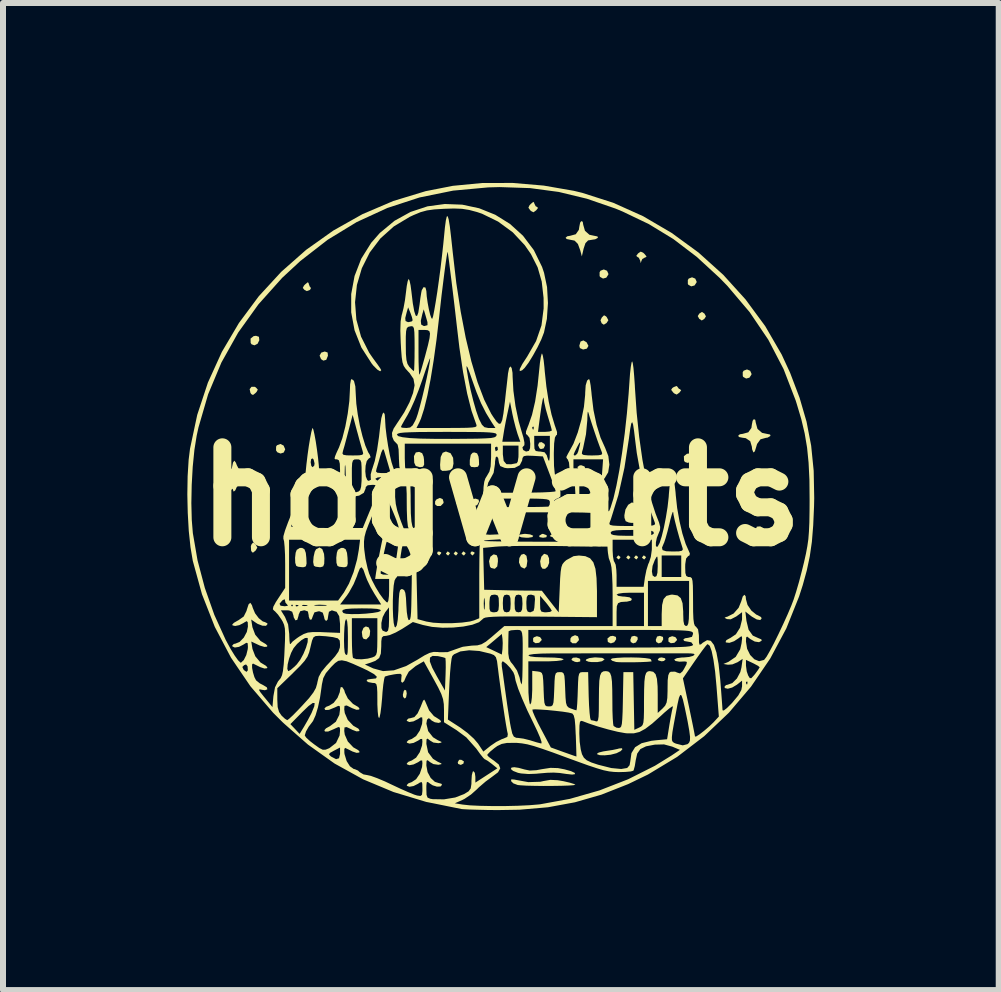
<source format=kicad_pcb>
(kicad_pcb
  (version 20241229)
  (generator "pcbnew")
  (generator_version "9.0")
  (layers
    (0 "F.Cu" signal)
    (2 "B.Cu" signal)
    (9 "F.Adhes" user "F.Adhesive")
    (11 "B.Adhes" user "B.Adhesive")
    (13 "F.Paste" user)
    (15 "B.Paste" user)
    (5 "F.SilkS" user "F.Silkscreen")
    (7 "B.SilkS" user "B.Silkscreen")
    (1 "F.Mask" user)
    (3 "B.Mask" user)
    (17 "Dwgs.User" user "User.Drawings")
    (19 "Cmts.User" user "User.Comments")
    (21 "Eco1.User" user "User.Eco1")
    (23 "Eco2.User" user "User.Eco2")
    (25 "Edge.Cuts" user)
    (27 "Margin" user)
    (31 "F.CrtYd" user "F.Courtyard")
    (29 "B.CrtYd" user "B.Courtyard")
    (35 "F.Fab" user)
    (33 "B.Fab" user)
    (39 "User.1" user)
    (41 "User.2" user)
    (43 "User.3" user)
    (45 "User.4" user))
  (footprint "hogwarts"
    (layer "F.Cu")
    (at 5.3 5.229)
    (property "Reference" "hogwarts" (at 0 0 0) (layer "F.SilkS") (effects (font (size 1.5 1.5) (thickness 0.3))))
    (attr board_only exclude_from_pos_files exclude_from_bom)
    (fp_poly (pts (xy -0.616 4.414) (xy -0.624 4.451) (xy -0.668 4.473) (xy -0.712 4.457) (xy -0.719 4.429) (xy -0.696 4.388) (xy -0.662 4.387)) (stroke (width 0) (type solid)) (fill yes) (layer "F.SilkS"))
    (fp_poly (pts (xy -2.888 -2.402) (xy -2.883 -2.348) (xy -2.911 -2.28) (xy -2.96 -2.267) (xy -2.998 -2.292) (xy -3.022 -2.35) (xy -2.995 -2.4) (xy -2.936 -2.419)) (stroke (width 0) (type solid)) (fill yes) (layer "F.SilkS"))
    (fp_poly (pts (xy -1.582 1.19) (xy -1.581 1.255) (xy -1.596 1.283) (xy -1.632 1.296) (xy -1.654 1.262) (xy -1.655 1.196) (xy -1.64 1.169) (xy -1.604 1.156)) (stroke (width 0) (type solid)) (fill yes) (layer "F.SilkS"))
    (fp_poly (pts (xy -1.578 3.232) (xy -1.569 3.283) (xy -1.58 3.346) (xy -1.602 3.367) (xy -1.629 3.34) (xy -1.634 3.304) (xy -1.619 3.241) (xy -1.602 3.22)) (stroke (width 0) (type solid)) (fill yes) (layer "F.SilkS"))
    (fp_poly (pts (xy -1.276 0.94) (xy -1.275 0.948) (xy -1.3 0.98) (xy -1.308 0.981) (xy -1.339 0.956) (xy -1.34 0.948) (xy -1.315 0.916) (xy -1.308 0.915)) (stroke (width 0) (type solid)) (fill yes) (layer "F.SilkS"))
    (fp_poly (pts (xy -1.253 0.056) (xy -1.242 0.098) (xy -1.266 0.152) (xy -1.318 0.162) (xy -1.351 0.142) (xy -1.374 0.086) (xy -1.345 0.042) (xy -1.308 0.033)) (stroke (width 0) (type solid)) (fill yes) (layer "F.SilkS"))
    (fp_poly (pts (xy -1.145 0.939) (xy -1.144 0.948) (xy -1.155 0.98) (xy -1.159 0.981) (xy -1.186 0.958) (xy -1.193 0.948) (xy -1.191 0.918) (xy -1.179 0.915)) (stroke (width 0) (type solid)) (fill yes) (layer "F.SilkS"))
    (fp_poly (pts (xy -0.994 0.931) (xy -0.997 0.948) (xy -1.025 0.979) (xy -1.03 0.981) (xy -1.056 0.958) (xy -1.062 0.948) (xy -1.055 0.92) (xy -1.03 0.915)) (stroke (width 0) (type solid)) (fill yes) (layer "F.SilkS"))
    (fp_poly (pts (xy -0.851 0.94) (xy -0.85 0.948) (xy -0.875 0.98) (xy -0.883 0.981) (xy -0.914 0.956) (xy -0.915 0.948) (xy -0.89 0.916) (xy -0.883 0.915)) (stroke (width 0) (type solid)) (fill yes) (layer "F.SilkS"))
    (fp_poly (pts (xy -0.72 0.94) (xy -0.719 0.948) (xy -0.744 0.98) (xy -0.752 0.981) (xy -0.784 0.956) (xy -0.785 0.948) (xy -0.76 0.916) (xy -0.752 0.915)) (stroke (width 0) (type solid)) (fill yes) (layer "F.SilkS"))
    (fp_poly (pts (xy -0.589 0.94) (xy -0.588 0.948) (xy -0.613 0.98) (xy -0.621 0.981) (xy -0.653 0.956) (xy -0.654 0.948) (xy -0.629 0.916) (xy -0.621 0.915)) (stroke (width 0) (type solid)) (fill yes) (layer "F.SilkS"))
    (fp_poly (pts (xy -0.439 0.931) (xy -0.441 0.948) (xy -0.469 0.979) (xy -0.474 0.981) (xy -0.5 0.958) (xy -0.507 0.948) (xy -0.499 0.92) (xy -0.474 0.915)) (stroke (width 0) (type solid)) (fill yes) (layer "F.SilkS"))
    (fp_poly (pts (xy -0.37 0.051) (xy -0.365 0.087) (xy -0.396 0.143) (xy -0.445 0.156) (xy -0.468 0.142) (xy -0.491 0.086) (xy -0.462 0.042) (xy -0.423 0.033)) (stroke (width 0) (type solid)) (fill yes) (layer "F.SilkS"))
    (fp_poly (pts (xy 0.727 -0.878) (xy 0.736 -0.852) (xy 0.713 -0.804) (xy 0.666 -0.792) (xy 0.644 -0.806) (xy 0.62 -0.858) (xy 0.638 -0.901) (xy 0.678 -0.909)) (stroke (width 0) (type solid)) (fill yes) (layer "F.SilkS"))
    (fp_poly (pts (xy 0.758 0.642) (xy 0.768 0.654) (xy 0.756 0.678) (xy 0.703 0.686) (xy 0.646 0.676) (xy 0.637 0.654) (xy 0.685 0.623) (xy 0.703 0.621)) (stroke (width 0) (type solid)) (fill yes) (layer "F.SilkS"))
    (fp_poly (pts (xy 1.394 -0.503) (xy 1.406 -0.474) (xy 1.381 -0.433) (xy 1.33 -0.427) (xy 1.297 -0.447) (xy 1.276 -0.493) (xy 1.313 -0.52) (xy 1.34 -0.523)) (stroke (width 0) (type solid)) (fill yes) (layer "F.SilkS"))
    (fp_poly (pts (xy 1.429 -2.573) (xy 1.46 -2.513) (xy 1.434 -2.467) (xy 1.371 -2.452) (xy 1.318 -2.476) (xy 1.308 -2.515) (xy 1.328 -2.585) (xy 1.376 -2.604)) (stroke (width 0) (type solid)) (fill yes) (layer "F.SilkS"))
    (fp_poly (pts (xy 1.993 1.006) (xy 1.994 1.013) (xy 1.969 1.045) (xy 1.961 1.046) (xy 1.93 1.021) (xy 1.929 1.013) (xy 1.954 0.982) (xy 1.961 0.981)) (stroke (width 0) (type solid)) (fill yes) (layer "F.SilkS"))
    (fp_poly (pts (xy 2.157 1.006) (xy 2.158 1.013) (xy 2.133 1.045) (xy 2.125 1.046) (xy 2.093 1.021) (xy 2.092 1.013) (xy 2.117 0.982) (xy 2.125 0.981)) (stroke (width 0) (type solid)) (fill yes) (layer "F.SilkS"))
    (fp_poly (pts (xy 2.277 2.339) (xy 2.282 2.378) (xy 2.252 2.431) (xy 2.205 2.447) (xy 2.166 2.424) (xy 2.158 2.389) (xy 2.179 2.333) (xy 2.225 2.321)) (stroke (width 0) (type solid)) (fill yes) (layer "F.SilkS"))
    (fp_poly (pts (xy 2.287 1.006) (xy 2.288 1.013) (xy 2.263 1.045) (xy 2.256 1.046) (xy 2.224 1.021) (xy 2.223 1.013) (xy 2.248 0.982) (xy 2.256 0.981)) (stroke (width 0) (type solid)) (fill yes) (layer "F.SilkS"))
    (fp_poly (pts (xy 2.418 1.006) (xy 2.419 1.013) (xy 2.394 1.045) (xy 2.386 1.046) (xy 2.355 1.021) (xy 2.354 1.013) (xy 2.379 0.982) (xy 2.386 0.981)) (stroke (width 0) (type solid)) (fill yes) (layer "F.SilkS"))
    (fp_poly (pts (xy 2.702 2.339) (xy 2.707 2.378) (xy 2.677 2.431) (xy 2.63 2.447) (xy 2.591 2.424) (xy 2.582 2.389) (xy 2.604 2.333) (xy 2.65 2.321)) (stroke (width 0) (type solid)) (fill yes) (layer "F.SilkS"))
    (fp_poly (pts (xy 2.734 2.694) (xy 2.746 2.713) (xy 2.719 2.74) (xy 2.681 2.746) (xy 2.627 2.732) (xy 2.615 2.713) (xy 2.643 2.687) (xy 2.681 2.681)) (stroke (width 0) (type solid)) (fill yes) (layer "F.SilkS"))
    (fp_poly (pts (xy 3.394 -3.051) (xy 3.419 -3.005) (xy 3.392 -2.963) (xy 3.349 -2.936) (xy 3.307 -2.964) (xy 3.282 -3.01) (xy 3.309 -3.052) (xy 3.353 -3.079)) (stroke (width 0) (type solid)) (fill yes) (layer "F.SilkS"))
    (fp_poly (pts (xy -4.033 -2.664) (xy -4.027 -2.607) (xy -4.056 -2.548) (xy -4.108 -2.522) (xy -4.156 -2.539) (xy -4.171 -2.562) (xy -4.173 -2.634) (xy -4.122 -2.675) (xy -4.082 -2.681)) (stroke (width 0) (type solid)) (fill yes) (layer "F.SilkS"))
    (fp_poly (pts (xy -0.97 0.042) (xy -0.954 0.093) (xy -0.959 0.111) (xy -1.003 0.156) (xy -1.063 0.157) (xy -1.097 0.128) (xy -1.096 0.078) (xy -1.074 0.047) (xy -1.018 0.022)) (stroke (width 0) (type solid)) (fill yes) (layer "F.SilkS"))
    (fp_poly (pts (xy -0.647 0.02) (xy -0.625 0.063) (xy -0.621 0.1) (xy -0.643 0.151) (xy -0.69 0.161) (xy -0.734 0.126) (xy -0.741 0.111) (xy -0.736 0.057) (xy -0.696 0.019)) (stroke (width 0) (type solid)) (fill yes) (layer "F.SilkS"))
    (fp_poly (pts (xy 0.653 2.342) (xy 0.68 2.379) (xy 0.678 2.395) (xy 0.638 2.437) (xy 0.578 2.444) (xy 0.539 2.418) (xy 0.537 2.365) (xy 0.55 2.346) (xy 0.6 2.327)) (stroke (width 0) (type solid)) (fill yes) (layer "F.SilkS"))
    (fp_poly (pts (xy 1.286 2.33) (xy 1.302 2.381) (xy 1.297 2.399) (xy 1.253 2.445) (xy 1.193 2.445) (xy 1.159 2.416) (xy 1.16 2.366) (xy 1.181 2.335) (xy 1.237 2.31)) (stroke (width 0) (type solid)) (fill yes) (layer "F.SilkS"))
    (fp_poly (pts (xy 1.31 2.698) (xy 1.323 2.711) (xy 1.323 2.748) (xy 1.273 2.76) (xy 1.234 2.754) (xy 1.185 2.729) (xy 1.177 2.711) (xy 1.202 2.686) (xy 1.258 2.682)) (stroke (width 0) (type solid)) (fill yes) (layer "F.SilkS"))
    (fp_poly (pts (xy 1.753 -3.005) (xy 1.766 -2.99) (xy 1.792 -2.94) (xy 1.762 -2.894) (xy 1.716 -2.866) (xy 1.68 -2.89) (xy 1.661 -2.94) (xy 1.683 -2.986) (xy 1.72 -3.023)) (stroke (width 0) (type solid)) (fill yes) (layer "F.SilkS"))
    (fp_poly (pts (xy 1.918 2.339) (xy 1.923 2.378) (xy 1.889 2.428) (xy 1.833 2.447) (xy 1.785 2.424) (xy 1.783 2.421) (xy 1.777 2.365) (xy 1.822 2.328) (xy 1.868 2.321)) (stroke (width 0) (type solid)) (fill yes) (layer "F.SilkS"))
    (fp_poly (pts (xy 2.909 2.342) (xy 2.936 2.379) (xy 2.934 2.395) (xy 2.893 2.437) (xy 2.834 2.444) (xy 2.794 2.418) (xy 2.793 2.365) (xy 2.805 2.346) (xy 2.856 2.327)) (stroke (width 0) (type solid)) (fill yes) (layer "F.SilkS"))
    (fp_poly (pts (xy 3.192 -0.703) (xy 3.198 -0.646) (xy 3.168 -0.586) (xy 3.117 -0.561) (xy 3.068 -0.577) (xy 3.054 -0.601) (xy 3.051 -0.673) (xy 3.102 -0.714) (xy 3.142 -0.719)) (stroke (width 0) (type solid)) (fill yes) (layer "F.SilkS"))
    (fp_poly (pts (xy 4.385 0.529) (xy 4.397 0.572) (xy 4.373 0.628) (xy 4.32 0.651) (xy 4.273 0.633) (xy 4.253 0.584) (xy 4.25 0.548) (xy 4.267 0.501) (xy 4.323 0.496)) (stroke (width 0) (type solid)) (fill yes) (layer "F.SilkS"))
    (fp_poly (pts (xy -4.101 -1.83) (xy -4.083 -1.818) (xy -4.052 -1.784) (xy -4.072 -1.746) (xy -4.088 -1.729) (xy -4.132 -1.694) (xy -4.161 -1.709) (xy -4.175 -1.73) (xy -4.188 -1.792) (xy -4.157 -1.831)) (stroke (width 0) (type solid)) (fill yes) (layer "F.SilkS"))
    (fp_poly (pts (xy -3.622 -0.851) (xy -3.596 -0.79) (xy -3.596 -0.786) (xy -3.62 -0.735) (xy -3.673 -0.718) (xy -3.727 -0.739) (xy -3.748 -0.77) (xy -3.747 -0.834) (xy -3.733 -0.856) (xy -3.676 -0.878)) (stroke (width 0) (type solid)) (fill yes) (layer "F.SilkS"))
    (fp_poly (pts (xy -2.203 2.181) (xy -2.179 2.238) (xy -2.186 2.31) (xy -2.196 2.333) (xy -2.244 2.381) (xy -2.289 2.371) (xy -2.308 2.339) (xy -2.318 2.256) (xy -2.291 2.189) (xy -2.251 2.164)) (stroke (width 0) (type solid)) (fill yes) (layer "F.SilkS"))
    (fp_poly (pts (xy 1.77 -3.765) (xy 1.793 -3.713) (xy 1.792 -3.703) (xy 1.758 -3.65) (xy 1.703 -3.635) (xy 1.655 -3.662) (xy 1.646 -3.677) (xy 1.646 -3.741) (xy 1.661 -3.766) (xy 1.716 -3.787)) (stroke (width 0) (type solid)) (fill yes) (layer "F.SilkS"))
    (fp_poly (pts (xy 3.241 -3.634) (xy 3.264 -3.583) (xy 3.263 -3.572) (xy 3.229 -3.52) (xy 3.174 -3.505) (xy 3.126 -3.531) (xy 3.117 -3.547) (xy 3.117 -3.611) (xy 3.132 -3.635) (xy 3.187 -3.656)) (stroke (width 0) (type solid)) (fill yes) (layer "F.SilkS"))
    (fp_poly (pts (xy 4.156 -2.098) (xy 4.179 -2.046) (xy 4.178 -2.035) (xy 4.144 -1.983) (xy 4.089 -1.968) (xy 4.041 -1.995) (xy 4.033 -2.01) (xy 4.032 -2.074) (xy 4.047 -2.099) (xy 4.103 -2.12)) (stroke (width 0) (type solid)) (fill yes) (layer "F.SilkS"))
    (fp_poly (pts (xy -4.097 0.788) (xy -4.087 0.8) (xy -4.06 0.85) (xy -4.087 0.897) (xy -4.093 0.903) (xy -4.134 0.936) (xy -4.156 0.916) (xy -4.164 0.899) (xy -4.168 0.826) (xy -4.157 0.796) (xy -4.13 0.765)) (stroke (width 0) (type solid)) (fill yes) (layer "F.SilkS"))
    (fp_poly (pts (xy -1.925 0.271) (xy -1.912 0.351) (xy -1.912 0.357) (xy -1.925 0.437) (xy -1.955 0.481) (xy -1.991 0.481) (xy -2.013 0.446) (xy -2.026 0.367) (xy -2.011 0.293) (xy -1.977 0.249) (xy -1.961 0.245)) (stroke (width 0) (type solid)) (fill yes) (layer "F.SilkS"))
    (fp_poly (pts (xy 0.427 0.987) (xy 0.441 1.069) (xy 0.441 1.076) (xy 0.428 1.166) (xy 0.393 1.201) (xy 0.342 1.177) (xy 0.328 1.162) (xy 0.302 1.097) (xy 0.308 1.025) (xy 0.339 0.969) (xy 0.385 0.954)) (stroke (width 0) (type solid)) (fill yes) (layer "F.SilkS"))
    (fp_poly (pts (xy 0.778 0.973) (xy 0.803 1.028) (xy 0.805 1.105) (xy 0.779 1.168) (xy 0.738 1.204) (xy 0.694 1.202) (xy 0.667 1.163) (xy 0.655 1.079) (xy 0.675 1.001) (xy 0.718 0.956) (xy 0.726 0.954)) (stroke (width 0) (type solid)) (fill yes) (layer "F.SilkS"))
    (fp_poly (pts (xy -3.204 -3.558) (xy -3.204 -3.55) (xy -3.186 -3.501) (xy -3.174 -3.492) (xy -3.168 -3.466) (xy -3.185 -3.445) (xy -3.235 -3.426) (xy -3.273 -3.445) (xy -3.302 -3.479) (xy -3.283 -3.517) (xy -3.262 -3.539) (xy -3.218 -3.574)) (stroke (width 0) (type solid)) (fill yes) (layer "F.SilkS"))
    (fp_poly (pts (xy -1.312 -0.724) (xy -1.288 -0.665) (xy -1.281 -0.613) (xy -1.279 -0.533) (xy -1.298 -0.498) (xy -1.348 -0.49) (xy -1.351 -0.49) (xy -1.419 -0.511) (xy -1.444 -0.564) (xy -1.449 -0.675) (xy -1.418 -0.736) (xy -1.362 -0.746)) (stroke (width 0) (type solid)) (fill yes) (layer "F.SilkS"))
    (fp_poly (pts (xy -0.069 0.977) (xy -0.051 1.027) (xy -0.049 1.078) (xy -0.06 1.164) (xy -0.098 1.201) (xy -0.106 1.203) (xy -0.164 1.189) (xy -0.182 1.165) (xy -0.197 1.077) (xy -0.175 1.003) (xy -0.126 0.965) (xy -0.114 0.964)) (stroke (width 0) (type solid)) (fill yes) (layer "F.SilkS"))
    (fp_poly (pts (xy 0.488 0.63) (xy 0.537 0.651) (xy 0.539 0.654) (xy 0.525 0.675) (xy 0.456 0.686) (xy 0.427 0.686) (xy 0.344 0.679) (xy 0.298 0.661) (xy 0.294 0.654) (xy 0.323 0.632) (xy 0.393 0.621) (xy 0.407 0.621)) (stroke (width 0) (type solid)) (fill yes) (layer "F.SilkS"))
    (fp_poly (pts (xy 1.011 0.63) (xy 1.06 0.651) (xy 1.062 0.654) (xy 1.048 0.675) (xy 0.979 0.686) (xy 0.95 0.686) (xy 0.867 0.679) (xy 0.821 0.661) (xy 0.817 0.654) (xy 0.846 0.632) (xy 0.916 0.621) (xy 0.93 0.621)) (stroke (width 0) (type solid)) (fill yes) (layer "F.SilkS"))
    (fp_poly (pts (xy 1.689 2.688) (xy 1.726 2.71) (xy 1.725 2.718) (xy 1.686 2.745) (xy 1.606 2.759) (xy 1.507 2.758) (xy 1.46 2.752) (xy 1.415 2.733) (xy 1.425 2.712) (xy 1.477 2.692) (xy 1.56 2.681) (xy 1.59 2.681)) (stroke (width 0) (type solid)) (fill yes) (layer "F.SilkS"))
    (fp_poly (pts (xy 2.942 -1.833) (xy 2.968 -1.798) (xy 2.984 -1.792) (xy 3.006 -1.773) (xy 2.976 -1.733) (xy 2.931 -1.701) (xy 2.89 -1.72) (xy 2.873 -1.736) (xy 2.839 -1.78) (xy 2.858 -1.81) (xy 2.882 -1.826) (xy 2.929 -1.844)) (stroke (width 0) (type solid)) (fill yes) (layer "F.SilkS"))
    (fp_poly (pts (xy -0.839 -0.724) (xy -0.796 -0.647) (xy -0.79 -0.55) (xy -0.806 -0.474) (xy -0.847 -0.441) (xy -0.907 -0.431) (xy -0.978 -0.429) (xy -1.008 -0.454) (xy -1.013 -0.525) (xy -1.013 -0.535) (xy -1.003 -0.661) (xy -0.97 -0.731) (xy -0.916 -0.752)) (stroke (width 0) (type solid)) (fill yes) (layer "F.SilkS"))
    (fp_poly (pts (xy 0.555 -4.899) (xy 0.556 -4.89) (xy 0.58 -4.841) (xy 0.598 -4.832) (xy 0.62 -4.813) (xy 0.589 -4.773) (xy 0.544 -4.74) (xy 0.504 -4.76) (xy 0.49 -4.773) (xy 0.459 -4.816) (xy 0.477 -4.856) (xy 0.499 -4.879) (xy 0.541 -4.914)) (stroke (width 0) (type solid)) (fill yes) (layer "F.SilkS"))
    (fp_poly (pts (xy -2.977 0.876) (xy -2.948 0.955) (xy -2.942 1.029) (xy -2.945 1.12) (xy -2.962 1.163) (xy -3.001 1.176) (xy -3.022 1.177) (xy -3.089 1.168) (xy -3.117 1.152) (xy -3.129 1.091) (xy -3.122 1.003) (xy -3.103 0.919) (xy -3.081 0.878) (xy -3.023 0.848)) (stroke (width 0) (type solid)) (fill yes) (layer "F.SilkS"))
    (fp_poly (pts (xy -0.396 -0.721) (xy -0.373 -0.668) (xy -0.366 -0.613) (xy -0.363 -0.533) (xy -0.382 -0.498) (xy -0.434 -0.49) (xy -0.441 -0.49) (xy -0.497 -0.496) (xy -0.518 -0.528) (xy -0.518 -0.602) (xy -0.517 -0.613) (xy -0.502 -0.696) (xy -0.471 -0.731) (xy -0.441 -0.736)) (stroke (width 0) (type solid)) (fill yes) (layer "F.SilkS"))
    (fp_poly (pts (xy -3.274 0.878) (xy -3.252 0.938) (xy -3.243 1.022) (xy -3.239 1.115) (xy -3.25 1.161) (xy -3.283 1.176) (xy -3.311 1.177) (xy -3.38 1.169) (xy -3.411 1.155) (xy -3.428 1.104) (xy -3.431 1.02) (xy -3.421 0.935) (xy -3.403 0.888) (xy -3.352 0.856) (xy -3.314 0.855)) (stroke (width 0) (type solid)) (fill yes) (layer "F.SilkS"))
    (fp_poly (pts (xy -2.587 0.878) (xy -2.565 0.938) (xy -2.556 1.022) (xy -2.553 1.115) (xy -2.564 1.161) (xy -2.597 1.176) (xy -2.624 1.177) (xy -2.694 1.169) (xy -2.724 1.155) (xy -2.741 1.104) (xy -2.744 1.02) (xy -2.734 0.935) (xy -2.717 0.888) (xy -2.665 0.856) (xy -2.628 0.855)) (stroke (width 0) (type solid)) (fill yes) (layer "F.SilkS"))
    (fp_poly (pts (xy 2.252 0.127) (xy 2.298 0.201) (xy 2.315 0.298) (xy 2.315 0.32) (xy 2.298 0.401) (xy 2.257 0.437) (xy 2.174 0.438) (xy 2.133 0.432) (xy 2.081 0.41) (xy 2.061 0.354) (xy 2.059 0.311) (xy 2.077 0.215) (xy 2.122 0.137) (xy 2.18 0.099) (xy 2.19 0.098)) (stroke (width 0) (type solid)) (fill yes) (layer "F.SilkS"))
    (fp_poly (pts (xy 2.371 -4.067) (xy 2.395 -4.045) (xy 2.429 -4.003) (xy 2.414 -3.989) (xy 2.405 -3.988) (xy 2.358 -3.961) (xy 2.344 -3.931) (xy 2.331 -3.893) (xy 2.326 -3.917) (xy 2.325 -3.929) (xy 2.3 -3.982) (xy 2.279 -3.994) (xy 2.257 -4.013) (xy 2.287 -4.054) (xy 2.331 -4.084)) (stroke (width 0) (type solid)) (fill yes) (layer "F.SilkS"))
    (fp_poly (pts (xy 1.535 0.625) (xy 1.626 0.635) (xy 1.666 0.651) (xy 1.667 0.654) (xy 1.637 0.67) (xy 1.553 0.681) (xy 1.429 0.686) (xy 1.406 0.686) (xy 1.276 0.683) (xy 1.185 0.672) (xy 1.145 0.657) (xy 1.144 0.654) (xy 1.175 0.638) (xy 1.258 0.626) (xy 1.382 0.621) (xy 1.406 0.621)) (stroke (width 0) (type solid)) (fill yes) (layer "F.SilkS"))
    (fp_poly (pts (xy 2.027 4.21) (xy 1.999 4.242) (xy 1.932 4.276) (xy 1.924 4.279) (xy 1.83 4.303) (xy 1.732 4.313) (xy 1.65 4.311) (xy 1.605 4.295) (xy 1.602 4.287) (xy 1.631 4.267) (xy 1.706 4.248) (xy 1.757 4.24) (xy 1.862 4.224) (xy 1.947 4.206) (xy 1.97 4.199) (xy 2.016 4.195)) (stroke (width 0) (type solid)) (fill yes) (layer "F.SilkS"))
    (fp_poly (pts (xy 2.3 2.684) (xy 2.407 2.692) (xy 2.479 2.703) (xy 2.501 2.713) (xy 2.513 2.745) (xy 2.511 2.748) (xy 2.446 2.754) (xy 2.338 2.759) (xy 2.21 2.762) (xy 2.082 2.762) (xy 1.978 2.761) (xy 1.921 2.757) (xy 1.855 2.736) (xy 1.831 2.711) (xy 1.86 2.697) (xy 1.939 2.688) (xy 2.049 2.682) (xy 2.175 2.681)) (stroke (width 0) (type solid)) (fill yes) (layer "F.SilkS"))
    (fp_poly (pts (xy 0.224 4.717) (xy 0.233 4.719) (xy 0.457 4.76) (xy 0.656 4.754) (xy 0.711 4.742) (xy 0.825 4.722) (xy 0.946 4.728) (xy 1.046 4.745) (xy 1.149 4.769) (xy 1.22 4.791) (xy 1.242 4.804) (xy 1.212 4.811) (xy 1.13 4.817) (xy 1.01 4.821) (xy 0.867 4.823) (xy 0.713 4.824) (xy 0.563 4.822) (xy 0.43 4.819) (xy 0.329 4.813) (xy 0.281 4.808) (xy 0.207 4.78) (xy 0.17 4.743) (xy 0.174 4.713)) (stroke (width 0) (type solid)) (fill yes) (layer "F.SilkS"))
    (fp_poly (pts (xy -4.418 -0.566) (xy -4.402 -0.524) (xy -4.356 -0.435) (xy -4.278 -0.387) (xy -4.253 -0.379) (xy -4.141 -0.347) (xy -4.253 -0.31) (xy -4.347 -0.257) (xy -4.399 -0.168) (xy -4.427 -0.105) (xy -4.453 -0.084) (xy -4.456 -0.086) (xy -4.474 -0.134) (xy -4.479 -0.186) (xy -4.483 -0.235) (xy -4.507 -0.265) (xy -4.565 -0.288) (xy -4.658 -0.312) (xy -4.756 -0.335) (xy -4.626 -0.373) (xy -4.524 -0.418) (xy -4.485 -0.475) (xy -4.465 -0.569) (xy -4.443 -0.599)) (stroke (width 0) (type solid)) (fill yes) (layer "F.SilkS"))
    (fp_poly (pts (xy 0.297 4.522) (xy 0.388 4.547) (xy 0.39 4.548) (xy 0.482 4.567) (xy 0.593 4.561) (xy 0.684 4.544) (xy 0.827 4.522) (xy 0.952 4.526) (xy 1.058 4.546) (xy 1.17 4.577) (xy 1.231 4.606) (xy 1.237 4.627) (xy 1.187 4.634) (xy 1.087 4.623) (xy 0.978 4.607) (xy 0.881 4.601) (xy 0.773 4.604) (xy 0.629 4.616) (xy 0.588 4.62) (xy 0.46 4.625) (xy 0.336 4.615) (xy 0.286 4.605) (xy 0.204 4.573) (xy 0.166 4.541) (xy 0.178 4.517) (xy 0.224 4.511)) (stroke (width 0) (type solid)) (fill yes) (layer "F.SilkS"))
    (fp_poly (pts (xy 1.365 -4.582) (xy 1.373 -4.532) (xy 1.402 -4.431) (xy 1.477 -4.365) (xy 1.557 -4.348) (xy 1.611 -4.337) (xy 1.618 -4.315) (xy 1.573 -4.29) (xy 1.52 -4.282) (xy 1.454 -4.271) (xy 1.41 -4.225) (xy 1.379 -4.132) (xy 1.373 -4.105) (xy 1.35 -4.005) (xy 1.324 -4.103) (xy 1.284 -4.212) (xy 1.228 -4.268) (xy 1.156 -4.282) (xy 1.097 -4.294) (xy 1.079 -4.315) (xy 1.107 -4.34) (xy 1.154 -4.348) (xy 1.249 -4.374) (xy 1.3 -4.447) (xy 1.308 -4.499) (xy 1.321 -4.566) (xy 1.34 -4.593)) (stroke (width 0) (type solid)) (fill yes) (layer "F.SilkS"))
    (fp_poly (pts (xy 4.241 -1.28) (xy 4.25 -1.23) (xy 4.278 -1.129) (xy 4.354 -1.063) (xy 4.434 -1.046) (xy 4.488 -1.035) (xy 4.495 -1.013) (xy 4.448 -0.984) (xy 4.419 -0.98) (xy 4.328 -0.955) (xy 4.271 -0.877) (xy 4.254 -0.819) (xy 4.234 -0.755) (xy 4.211 -0.736) (xy 4.209 -0.738) (xy 4.189 -0.788) (xy 4.184 -0.833) (xy 4.157 -0.924) (xy 4.083 -0.974) (xy 4.031 -0.981) (xy 3.972 -0.993) (xy 3.955 -1.013) (xy 3.983 -1.039) (xy 4.031 -1.046) (xy 4.125 -1.072) (xy 4.177 -1.145) (xy 4.184 -1.198) (xy 4.197 -1.264) (xy 4.217 -1.291)) (stroke (width 0) (type solid)) (fill yes) (layer "F.SilkS"))
    (fp_poly (pts (xy -0.644 -4.867) (xy -0.362 -4.807) (xy -0.094 -4.699) (xy 0.152 -4.546) (xy 0.369 -4.349) (xy 0.55 -4.109) (xy 0.687 -3.829) (xy 0.72 -3.731) (xy 0.77 -3.493) (xy 0.785 -3.227) (xy 0.767 -2.962) (xy 0.719 -2.736) (xy 0.675 -2.622) (xy 0.611 -2.489) (xy 0.537 -2.355) (xy 0.463 -2.234) (xy 0.396 -2.145) (xy 0.355 -2.106) (xy 0.314 -2.092) (xy 0.315 -2.127) (xy 0.357 -2.209) (xy 0.439 -2.335) (xy 0.587 -2.593) (xy 0.677 -2.854) (xy 0.713 -3.136) (xy 0.712 -3.312) (xy 0.681 -3.586) (xy 0.613 -3.822) (xy 0.502 -4.042) (xy 0.397 -4.193) (xy 0.197 -4.407) (xy -0.046 -4.585) (xy -0.314 -4.716) (xy -0.397 -4.744) (xy -0.528 -4.779) (xy -0.648 -4.798) (xy -0.783 -4.803) (xy -0.948 -4.798) (xy -1.11 -4.788) (xy -1.232 -4.771) (xy -1.338 -4.742) (xy -1.454 -4.694) (xy -1.519 -4.664) (xy -1.785 -4.504) (xy -2.009 -4.303) (xy -2.187 -4.068) (xy -2.318 -3.807) (xy -2.4 -3.528) (xy -2.431 -3.24) (xy -2.409 -2.951) (xy -2.331 -2.667) (xy -2.195 -2.398) (xy -2.123 -2.294) (xy -2.057 -2.205) (xy -2.011 -2.138) (xy -1.994 -2.108) (xy -2.012 -2.089) (xy -2.059 -2.117) (xy -2.126 -2.184) (xy -2.154 -2.219) (xy -2.325 -2.485) (xy -2.439 -2.772) (xy -2.495 -3.072) (xy -2.495 -3.377) (xy -2.439 -3.678) (xy -2.328 -3.965) (xy -2.162 -4.231) (xy -2.018 -4.395) (xy -1.772 -4.599) (xy -1.505 -4.746) (xy -1.223 -4.839) (xy -0.934 -4.878)) (stroke (width 0) (type solid)) (fill yes) (layer "F.SilkS"))
    (fp_poly (pts (xy 0.715 -5.185) (xy 1.216 -5.098) (xy 1.357 -5.064) (xy 1.872 -4.899) (xy 2.371 -4.675) (xy 2.847 -4.396) (xy 3.295 -4.069) (xy 3.708 -3.697) (xy 4.08 -3.286) (xy 4.407 -2.842) (xy 4.681 -2.369) (xy 4.822 -2.064) (xy 4.98 -1.648) (xy 5.096 -1.249) (xy 5.173 -0.849) (xy 5.215 -0.431) (xy 5.224 0.024) (xy 5.221 0.163) (xy 5.207 0.481) (xy 5.185 0.753) (xy 5.15 0.996) (xy 5.1 1.231) (xy 5.033 1.475) (xy 4.971 1.667) (xy 4.759 2.197) (xy 4.491 2.699) (xy 4.17 3.169) (xy 3.802 3.602) (xy 3.39 3.994) (xy 2.939 4.339) (xy 2.453 4.633) (xy 2.122 4.793) (xy 1.676 4.969) (xy 1.235 5.096) (xy 0.785 5.179) (xy 0.309 5.22) (xy -0.053 5.226) (xy -0.237 5.224) (xy -0.403 5.22) (xy -0.538 5.216) (xy -0.628 5.211) (xy -0.654 5.209) (xy -1.127 5.113) (xy -0.768 5.113) (xy -0.637 5.134) (xy -0.516 5.147) (xy -0.347 5.155) (xy -0.146 5.159) (xy 0.07 5.159) (xy 0.282 5.154) (xy 0.475 5.145) (xy 0.631 5.132) (xy 0.657 5.129) (xy 1.15 5.039) (xy 1.644 4.898) (xy 2.122 4.712) (xy 2.569 4.487) (xy 2.841 4.319) (xy 2.985 4.222) (xy 2.857 4.168) (xy 2.72 4.131) (xy 2.566 4.135) (xy 2.42 4.163) (xy 2.326 4.209) (xy 2.273 4.284) (xy 2.248 4.396) (xy 2.233 4.491) (xy 2.215 4.557) (xy 2.208 4.57) (xy 2.165 4.582) (xy 2.077 4.59) (xy 1.967 4.593) (xy 1.886 4.59) (xy 1.805 4.581) (xy 1.713 4.562) (xy 1.601 4.529) (xy 1.456 4.481) (xy 1.27 4.414) (xy 1.095 4.35) (xy 0.867 4.266) (xy 0.69 4.204) (xy 0.552 4.159) (xy 0.443 4.13) (xy 0.353 4.114) (xy 0.271 4.106) (xy 0.226 4.105) (xy 0.1 4.107) (xy 0.014 4.123) (xy -0.059 4.158) (xy -0.109 4.194) (xy -0.18 4.253) (xy -0.222 4.297) (xy -0.228 4.309) (xy -0.202 4.339) (xy -0.139 4.386) (xy -0.122 4.397) (xy -0.035 4.466) (xy -0.01 4.53) (xy -0.047 4.596) (xy -0.141 4.667) (xy -0.254 4.75) (xy -0.367 4.847) (xy -0.4 4.88) (xy -0.497 4.966) (xy -0.604 5.038) (xy -0.641 5.057) (xy -0.768 5.113) (xy -1.127 5.113) (xy -1.244 5.09) (xy -1.79 4.925) (xy -2.297 4.713) (xy -2.771 4.451) (xy -2.983 4.3) (xy -2.865 4.3) (xy -2.835 4.33) (xy -2.828 4.335) (xy -2.747 4.377) (xy -2.698 4.362) (xy -2.681 4.29) (xy -2.681 4.282) (xy -2.681 4.183) (xy -2.785 4.237) (xy -2.851 4.274) (xy -2.865 4.3) (xy -2.983 4.3) (xy -3.216 4.134) (xy -3.388 3.983) (xy -3.269 3.983) (xy -3.245 4.018) (xy -3.182 4.076) (xy -3.115 4.128) (xy -3.027 4.191) (xy -2.97 4.22) (xy -2.922 4.219) (xy -2.862 4.195) (xy -2.857 4.192) (xy -2.748 4.107) (xy -2.689 3.983) (xy -2.681 3.904) (xy -2.684 3.851) (xy -2.707 3.841) (xy -2.768 3.868) (xy -2.777 3.873) (xy -2.878 3.916) (xy -2.933 3.916) (xy -2.942 3.894) (xy -2.915 3.863) (xy -2.85 3.827) (xy -2.848 3.826) (xy -2.751 3.753) (xy -2.693 3.638) (xy -2.681 3.547) (xy -2.685 3.495) (xy -2.71 3.488) (xy -2.77 3.516) (xy -2.866 3.555) (xy -2.926 3.558) (xy -2.942 3.534) (xy -2.914 3.505) (xy -2.861 3.485) (xy -2.788 3.439) (xy -2.723 3.355) (xy -2.685 3.259) (xy -2.681 3.222) (xy -2.669 3.175) (xy -2.641 3.179) (xy -2.611 3.227) (xy -2.599 3.269) (xy -2.551 3.366) (xy -2.465 3.456) (xy -2.377 3.508) (xy -2.356 3.537) (xy -2.364 3.55) (xy -2.407 3.554) (xy -2.479 3.527) (xy -2.491 3.521) (xy -2.57 3.482) (xy -2.607 3.489) (xy -2.611 3.547) (xy -2.602 3.609) (xy -2.552 3.723) (xy -2.46 3.82) (xy -2.377 3.867) (xy -2.356 3.896) (xy -2.364 3.91) (xy -2.407 3.914) (xy -2.479 3.887) (xy -2.491 3.88) (xy -2.57 3.842) (xy -2.607 3.848) (xy -2.611 3.907) (xy -2.602 3.969) (xy -2.552 4.082) (xy -2.46 4.18) (xy -2.377 4.227) (xy -2.355 4.255) (xy -2.362 4.267) (xy -2.405 4.272) (xy -2.475 4.249) (xy -2.476 4.248) (xy -2.55 4.211) (xy -2.596 4.189) (xy -2.61 4.208) (xy -2.609 4.274) (xy -2.605 4.298) (xy -2.571 4.409) (xy -2.516 4.496) (xy -2.453 4.541) (xy -2.434 4.544) (xy -2.382 4.567) (xy -2.354 4.593) (xy -2.291 4.631) (xy -2.23 4.642) (xy -2.167 4.656) (xy -2.062 4.694) (xy -1.931 4.749) (xy -1.817 4.803) (xy -1.674 4.87) (xy -1.545 4.927) (xy -1.445 4.968) (xy -1.397 4.983) (xy -1.34 4.991) (xy -1.315 4.971) (xy -1.308 4.908) (xy -1.308 4.87) (xy -1.31 4.786) (xy -1.322 4.757) (xy -1.356 4.77) (xy -1.38 4.787) (xy -1.455 4.825) (xy -1.524 4.837) (xy -1.565 4.822) (xy -1.569 4.809) (xy -1.541 4.78) (xy -1.485 4.759) (xy -1.413 4.711) (xy -1.352 4.621) (xy -1.314 4.509) (xy -1.308 4.445) (xy -1.312 4.399) (xy -1.339 4.4) (xy -1.38 4.428) (xy -1.455 4.465) (xy -1.524 4.478) (xy -1.565 4.463) (xy -1.569 4.449) (xy -1.541 4.421) (xy -1.485 4.399) (xy -1.413 4.352) (xy -1.352 4.261) (xy -1.314 4.149) (xy -1.308 4.085) (xy -1.312 4.04) (xy -1.339 4.041) (xy -1.38 4.068) (xy -1.455 4.106) (xy -1.524 4.118) (xy -1.565 4.103) (xy -1.569 4.09) (xy -1.541 4.061) (xy -1.485 4.04) (xy -1.413 3.992) (xy -1.352 3.901) (xy -1.314 3.79) (xy -1.308 3.726) (xy -1.312 3.68) (xy -1.339 3.681) (xy -1.38 3.708) (xy -1.457 3.747) (xy -1.526 3.758) (xy -1.566 3.74) (xy -1.569 3.727) (xy -1.542 3.7) (xy -1.508 3.694) (xy -1.442 3.676) (xy -1.388 3.614) (xy -1.335 3.499) (xy -1.327 3.478) (xy -1.297 3.403) (xy -1.278 3.384) (xy -1.261 3.413) (xy -1.26 3.416) (xy -1.196 3.565) (xy -1.116 3.659) (xy -1.069 3.688) (xy -1.011 3.726) (xy -0.996 3.758) (xy -0.996 3.758) (xy -1.037 3.773) (xy -1.101 3.762) (xy -1.155 3.733) (xy -1.163 3.723) (xy -1.201 3.693) (xy -1.231 3.719) (xy -1.242 3.785) (xy -1.212 3.909) (xy -1.131 4.012) (xy -1.051 4.061) (xy -0.992 4.088) (xy -0.991 4.101) (xy -1.041 4.111) (xy -1.125 4.1) (xy -1.18 4.067) (xy -1.222 4.034) (xy -1.239 4.045) (xy -1.242 4.11) (xy -1.242 4.123) (xy -1.213 4.262) (xy -1.132 4.371) (xy -1.051 4.421) (xy -0.992 4.448) (xy -0.991 4.46) (xy -1.041 4.471) (xy -1.125 4.459) (xy -1.18 4.427) (xy -1.221 4.394) (xy -1.239 4.404) (xy -1.242 4.468) (xy -1.242 4.485) (xy -1.222 4.593) (xy -1.17 4.69) (xy -1.1 4.755) (xy -1.044 4.773) (xy -0.992 4.787) (xy -0.981 4.805) (xy -1.006 4.833) (xy -1.066 4.835) (xy -1.137 4.813) (xy -1.182 4.784) (xy -1.219 4.756) (xy -1.236 4.764) (xy -1.242 4.821) (xy -1.242 4.88) (xy -1.239 4.972) (xy -1.222 5.018) (xy -1.178 5.037) (xy -1.136 5.044) (xy -0.948 5.047) (xy -0.761 5.016) (xy -0.613 4.959) (xy -0.538 4.913) (xy -0.503 4.865) (xy -0.491 4.791) (xy -0.49 4.734) (xy -0.484 4.643) (xy -0.469 4.586) (xy -0.458 4.577) (xy -0.434 4.605) (xy -0.425 4.672) (xy -0.425 4.768) (xy -0.242 4.649) (xy -0.059 4.53) (xy -0.152 4.455) (xy -0.218 4.406) (xy -0.262 4.381) (xy -0.266 4.381) (xy -0.293 4.356) (xy -0.346 4.29) (xy -0.41 4.201) (xy -0.576 4.014) (xy -0.741 3.892) (xy -0.948 3.762) (xy -0.948 3.717) (xy -0.883 3.717) (xy -0.676 3.851) (xy -0.556 3.94) (xy -0.449 4.037) (xy -0.38 4.118) (xy -0.292 4.251) (xy -0.171 4.154) (xy -0.077 4.09) (xy 0.015 4.044) (xy 0.042 4.035) (xy 0.108 4.006) (xy 0.116 3.96) (xy 0.104 3.905) (xy 0.085 3.798) (xy 0.062 3.655) (xy 0.037 3.488) (xy 0.011 3.311) (xy -0.013 3.138) (xy -0.034 2.983) (xy -0.049 2.86) (xy -0.05 2.854) (xy -0.06 2.774) (xy 0.013 2.774) (xy 0.016 2.836) (xy 0.027 2.904) (xy 0.043 3.02) (xy 0.063 3.166) (xy 0.082 3.302) (xy 0.106 3.472) (xy 0.131 3.637) (xy 0.153 3.776) (xy 0.167 3.849) (xy 0.19 3.95) (xy 0.216 4.001) (xy 0.255 4.021) (xy 0.288 4.023) (xy 0.377 4.035) (xy 0.485 4.062) (xy 0.507 4.069) (xy 0.598 4.097) (xy 0.665 4.114) (xy 0.677 4.115) (xy 0.678 4.09) (xy 0.654 4.017) (xy 0.607 3.909) (xy 0.543 3.775) (xy 0.539 3.767) (xy 0.44 3.563) (xy 0.435 3.551) (xy 0.525 3.551) (xy 0.532 3.585) (xy 0.565 3.664) (xy 0.618 3.775) (xy 0.67 3.875) (xy 0.833 4.182) (xy 1.046 4.259) (xy 1.151 4.296) (xy 1.228 4.323) (xy 1.26 4.333) (xy 1.26 4.333) (xy 1.259 4.302) (xy 1.257 4.219) (xy 1.253 4.097) (xy 1.249 3.982) (xy 1.247 3.953) (xy 1.308 3.953) (xy 1.314 4.088) (xy 1.331 4.212) (xy 1.352 4.294) (xy 1.384 4.353) (xy 1.432 4.396) (xy 1.511 4.433) (xy 1.622 4.47) (xy 1.84 4.525) (xy 2.006 4.541) (xy 2.106 4.524) (xy 2.146 4.478) (xy 2.158 4.411) (xy 2.177 4.276) (xy 2.238 4.178) (xy 2.347 4.111) (xy 2.51 4.071) (xy 2.587 4.062) (xy 2.771 4.045) (xy 2.777 4.01) (xy 2.851 4.01) (xy 2.852 4.061) (xy 2.866 4.09) (xy 2.892 4.107) (xy 2.918 4.118) (xy 3.032 4.147) (xy 3.112 4.127) (xy 3.137 4.104) (xy 3.152 4.068) (xy 3.154 4.005) (xy 3.141 3.903) (xy 3.114 3.751) (xy 3.105 3.706) (xy 3.065 3.514) (xy 3.035 3.384) (xy 3.011 3.315) (xy 2.99 3.306) (xy 2.969 3.355) (xy 2.945 3.461) (xy 2.916 3.617) (xy 2.882 3.799) (xy 2.86 3.926) (xy 2.851 4.01) (xy 2.777 4.01) (xy 2.811 3.798) (xy 2.833 3.672) (xy 2.853 3.567) (xy 2.868 3.504) (xy 2.87 3.5) (xy 2.856 3.498) (xy 2.805 3.534) (xy 2.725 3.602) (xy 2.67 3.653) (xy 2.524 3.783) (xy 2.408 3.871) (xy 2.31 3.924) (xy 2.215 3.947) (xy 2.11 3.947) (xy 2.071 3.943) (xy 1.949 3.921) (xy 1.79 3.882) (xy 1.619 3.833) (xy 1.459 3.78) (xy 1.365 3.744) (xy 1.335 3.738) (xy 1.318 3.758) (xy 1.31 3.819) (xy 1.308 3.93) (xy 1.308 3.953) (xy 1.247 3.953) (xy 1.241 3.82) (xy 1.231 3.712) (xy 1.215 3.648) (xy 1.194 3.618) (xy 1.186 3.614) (xy 1.127 3.6) (xy 1.028 3.585) (xy 0.905 3.571) (xy 0.776 3.558) (xy 0.659 3.55) (xy 0.569 3.546) (xy 0.526 3.55) (xy 0.525 3.551) (xy 0.435 3.551) (xy 0.356 3.371) (xy 0.289 3.204) (xy 0.246 3.07) (xy 0.229 2.983) (xy 0.229 2.98) (xy 0.208 2.928) (xy 0.158 2.858) (xy 0.096 2.792) (xy 0.043 2.751) (xy 0.027 2.746) (xy 0.013 2.774) (xy -0.06 2.774) (xy -0.064 2.742) (xy -0.083 2.677) (xy -0.115 2.642) (xy -0.171 2.619) (xy -0.175 2.618) (xy -0.358 2.574) (xy -0.529 2.562) (xy -0.675 2.581) (xy -0.781 2.629) (xy -0.81 2.658) (xy -0.822 2.703) (xy -0.835 2.801) (xy -0.847 2.939) (xy -0.857 3.107) (xy -0.862 3.207) (xy -0.883 3.717) (xy -0.948 3.717) (xy -0.948 3.558) (xy -0.951 3.46) (xy -0.964 3.377) (xy -0.993 3.291) (xy -1.044 3.184) (xy -1.117 3.05) (xy -1.284 2.748) (xy -1.184 2.748) (xy -1.144 2.853) (xy -1.07 2.991) (xy -0.932 3.233) (xy -0.922 2.969) (xy -0.919 2.845) (xy -0.92 2.748) (xy -0.924 2.696) (xy -0.926 2.691) (xy -0.965 2.678) (xy -1.041 2.661) (xy -1.054 2.659) (xy -1.139 2.656) (xy -1.182 2.684) (xy -1.184 2.748) (xy -1.284 2.748) (xy -1.285 2.746) (xy -1.419 2.824) (xy -1.535 2.918) (xy -1.582 3.004) (xy -1.613 3.077) (xy -1.644 3.104) (xy -1.663 3.082) (xy -1.659 3.024) (xy -1.654 2.973) (xy -1.674 2.954) (xy -1.736 2.957) (xy -1.778 2.963) (xy -1.867 2.98) (xy -1.927 2.998) (xy -1.935 3.003) (xy -1.946 3.043) (xy -1.96 3.133) (xy -1.973 3.258) (xy -1.98 3.359) (xy -1.993 3.498) (xy -2.007 3.609) (xy -2.022 3.678) (xy -2.031 3.694) (xy -2.044 3.664) (xy -2.053 3.583) (xy -2.059 3.465) (xy -2.059 3.4) (xy -2.06 3.26) (xy -2.065 3.174) (xy -2.076 3.128) (xy -2.098 3.109) (xy -2.134 3.106) (xy -2.139 3.106) (xy -2.208 3.093) (xy -2.239 3.073) (xy -2.226 3.05) (xy -2.163 3.04) (xy -2.159 3.04) (xy -2.082 3.031) (xy -2.067 3.004) (xy -2.113 2.96) (xy -2.222 2.899) (xy -2.306 2.859) (xy -2.44 2.799) (xy -2.267 2.799) (xy -2.128 2.864) (xy -1.964 2.909) (xy -1.783 2.896) (xy -1.58 2.825) (xy -1.392 2.72) (xy -1.273 2.647) (xy -1.189 2.606) (xy -1.121 2.589) (xy -1.049 2.591) (xy -1.028 2.594) (xy -0.889 2.593) (xy -0.766 2.549) (xy -0.652 2.509) (xy -0.244 2.509) (xy -0.114 2.571) (xy 0.016 2.633) (xy 0.027 2.542) (xy 0.029 2.493) (xy 0.123 2.493) (xy 0.124 2.617) (xy 0.136 2.697) (xy 0.164 2.756) (xy 0.204 2.804) (xy 0.269 2.899) (xy 0.31 3.01) (xy 0.312 3.017) (xy 0.329 3.093) (xy 0.344 3.129) (xy 0.347 3.129) (xy 0.353 3.093) (xy 0.358 3.007) (xy 0.361 2.885) (xy 0.362 2.809) (xy 0.363 2.648) (xy 0.458 2.648) (xy 0.489 2.664) (xy 0.574 2.675) (xy 0.703 2.68) (xy 0.752 2.681) (xy 0.893 2.684) (xy 0.993 2.693) (xy 1.043 2.708) (xy 1.046 2.713) (xy 1.015 2.729) (xy 0.93 2.74) (xy 0.801 2.746) (xy 0.752 2.746) (xy 0.458 2.746) (xy 0.458 3.106) (xy 0.46 3.268) (xy 0.469 3.387) (xy 0.481 3.453) (xy 0.49 3.465) (xy 0.506 3.434) (xy 0.517 3.35) (xy 0.523 3.223) (xy 0.523 3.185) (xy 0.523 2.905) (xy 0.613 2.915) (xy 0.656 2.923) (xy 0.683 2.941) (xy 0.698 2.983) (xy 0.706 3.063) (xy 0.712 3.194) (xy 0.712 3.212) (xy 0.718 3.349) (xy 0.725 3.433) (xy 0.739 3.478) (xy 0.763 3.495) (xy 0.801 3.498) (xy 0.839 3.495) (xy 0.863 3.477) (xy 0.877 3.432) (xy 0.884 3.347) (xy 0.89 3.212) (xy 0.895 3.075) (xy 0.902 2.991) (xy 0.916 2.946) (xy 0.941 2.929) (xy 0.979 2.926) (xy 0.981 2.926) (xy 1.02 2.928) (xy 1.044 2.945) (xy 1.059 2.988) (xy 1.066 3.071) (xy 1.072 3.206) (xy 1.072 3.213) (xy 1.078 3.351) (xy 1.086 3.438) (xy 1.102 3.488) (xy 1.129 3.516) (xy 1.164 3.532) (xy 1.229 3.555) (xy 1.26 3.563) (xy 1.266 3.533) (xy 1.273 3.451) (xy 1.279 3.332) (xy 1.282 3.244) (xy 1.287 3.098) (xy 1.293 3.006) (xy 1.305 2.954) (xy 1.325 2.931) (xy 1.358 2.926) (xy 1.373 2.926) (xy 1.455 2.926) (xy 1.464 3.326) (xy 1.47 3.479) (xy 1.479 3.605) (xy 1.489 3.692) (xy 1.501 3.726) (xy 1.502 3.727) (xy 1.556 3.737) (xy 1.583 3.746) (xy 1.605 3.748) (xy 1.62 3.725) (xy 1.629 3.669) (xy 1.633 3.568) (xy 1.634 3.413) (xy 1.634 3.39) (xy 1.636 3.202) (xy 1.641 3.071) (xy 1.654 2.985) (xy 1.675 2.936) (xy 1.707 2.914) (xy 1.749 2.909) (xy 1.791 2.916) (xy 1.82 2.94) (xy 1.84 2.993) (xy 1.852 3.082) (xy 1.857 3.218) (xy 1.859 3.41) (xy 1.859 3.418) (xy 1.86 3.57) (xy 1.865 3.698) (xy 1.872 3.788) (xy 1.879 3.824) (xy 1.926 3.852) (xy 1.962 3.857) (xy 1.987 3.853) (xy 2.005 3.834) (xy 2.017 3.789) (xy 2.024 3.71) (xy 2.03 3.586) (xy 2.034 3.407) (xy 2.034 3.392) (xy 2.043 2.926) (xy 2.125 2.926) (xy 2.207 2.926) (xy 2.216 3.407) (xy 2.225 3.888) (xy 2.305 3.851) (xy 2.339 3.833) (xy 2.362 3.809) (xy 2.376 3.766) (xy 2.383 3.692) (xy 2.386 3.576) (xy 2.386 3.414) (xy 2.388 3.22) (xy 2.393 3.082) (xy 2.404 2.992) (xy 2.422 2.939) (xy 2.449 2.915) (xy 2.481 2.909) (xy 2.54 2.92) (xy 2.579 2.96) (xy 2.602 3.038) (xy 2.613 3.164) (xy 2.615 3.298) (xy 2.615 3.607) (xy 2.697 3.531) (xy 2.739 3.485) (xy 2.763 3.433) (xy 2.775 3.357) (xy 2.779 3.239) (xy 2.779 3.197) (xy 2.781 3.062) (xy 2.785 3.03) (xy 3.035 3.03) (xy 3.136 3.502) (xy 3.171 3.67) (xy 3.201 3.815) (xy 3.223 3.926) (xy 3.235 3.99) (xy 3.236 4) (xy 3.258 3.998) (xy 3.314 3.962) (xy 3.39 3.903) (xy 3.472 3.833) (xy 3.547 3.761) (xy 3.558 3.749) (xy 3.634 3.667) (xy 3.595 3.166) (xy 3.572 2.918) (xy 3.544 2.72) (xy 3.514 2.575) (xy 3.482 2.487) (xy 3.448 2.46) (xy 3.439 2.464) (xy 3.411 2.496) (xy 3.354 2.571) (xy 3.28 2.675) (xy 3.224 2.755) (xy 3.035 3.03) (xy 2.785 3.03) (xy 2.791 2.979) (xy 2.81 2.935) (xy 2.832 2.92) (xy 2.903 2.918) (xy 2.941 2.934) (xy 2.987 2.948) (xy 3.027 2.915) (xy 3.051 2.877) (xy 3.095 2.795) (xy 3.101 2.756) (xy 3.07 2.748) (xy 3.065 2.748) (xy 2.976 2.752) (xy 2.911 2.74) (xy 2.891 2.718) (xy 2.893 2.713) (xy 2.935 2.693) (xy 3.018 2.682) (xy 3.056 2.681) (xy 3.14 2.673) (xy 3.201 2.656) (xy 3.23 2.636) (xy 3.216 2.62) (xy 3.165 2.614) (xy 3.113 2.613) (xy 3.006 2.613) (xy 2.85 2.613) (xy 2.657 2.613) (xy 2.433 2.613) (xy 2.19 2.613) (xy 1.934 2.613) (xy 1.677 2.613) (xy 1.425 2.613) (xy 1.189 2.614) (xy 0.977 2.614) (xy 0.842 2.614) (xy 0.673 2.617) (xy 0.547 2.625) (xy 0.474 2.637) (xy 0.458 2.648) (xy 0.363 2.648) (xy 0.364 2.6) (xy 0.364 2.447) (xy 0.362 2.37) (xy 0.458 2.37) (xy 0.458 2.517) (xy 1.831 2.517) (xy 2.17 2.517) (xy 2.449 2.516) (xy 2.674 2.514) (xy 2.851 2.512) (xy 2.984 2.508) (xy 3.081 2.503) (xy 3.145 2.496) (xy 3.183 2.487) (xy 3.201 2.477) (xy 3.204 2.468) (xy 3.175 2.429) (xy 3.122 2.419) (xy 3.06 2.408) (xy 3.04 2.386) (xy 3.068 2.362) (xy 3.122 2.354) (xy 3.186 2.338) (xy 3.204 2.288) (xy 3.202 2.272) (xy 3.194 2.259) (xy 3.173 2.249) (xy 3.133 2.24) (xy 3.069 2.234) (xy 2.975 2.229) (xy 2.845 2.226) (xy 2.672 2.224) (xy 2.453 2.223) (xy 2.18 2.223) (xy 1.847 2.223) (xy 1.831 2.223) (xy 0.458 2.223) (xy 0.458 2.37) (xy 0.362 2.37) (xy 0.361 2.342) (xy 0.353 2.276) (xy 0.339 2.24) (xy 0.315 2.225) (xy 0.282 2.222) (xy 0.245 2.223) (xy 0.169 2.229) (xy 0.13 2.244) (xy 0.129 2.247) (xy 0.127 2.29) (xy 0.125 2.379) (xy 0.123 2.493) (xy 0.029 2.493) (xy 0.031 2.441) (xy 0.027 2.37) (xy 0.016 2.29) (xy -0.114 2.4) (xy -0.244 2.509) (xy -0.652 2.509) (xy -0.632 2.503) (xy -0.482 2.484) (xy -0.48 2.484) (xy -0.392 2.48) (xy -0.322 2.461) (xy -0.249 2.418) (xy -0.154 2.341) (xy -0.131 2.321) (xy 0.058 2.158) (xy 0.961 2.158) (xy 1.863 2.158) (xy 1.863 1.665) (xy 1.863 1.634) (xy 1.929 1.634) (xy 1.958 1.655) (xy 2.03 1.666) (xy 2.062 1.667) (xy 2.146 1.679) (xy 2.184 1.706) (xy 2.171 1.734) (xy 2.102 1.751) (xy 2.089 1.751) (xy 2.002 1.757) (xy 1.954 1.777) (xy 1.933 1.827) (xy 1.929 1.923) (xy 1.929 1.961) (xy 1.929 2.158) (xy 2.158 2.158) (xy 2.386 2.158) (xy 2.386 1.88) (xy 2.386 1.782) (xy 2.452 1.782) (xy 2.452 2.158) (xy 2.566 2.158) (xy 2.681 2.158) (xy 2.681 1.959) (xy 2.688 1.807) (xy 2.712 1.709) (xy 2.76 1.655) (xy 2.837 1.635) (xy 2.86 1.634) (xy 2.945 1.647) (xy 2.999 1.692) (xy 3.029 1.778) (xy 3.04 1.917) (xy 3.04 1.959) (xy 3.044 2.074) (xy 3.057 2.136) (xy 3.083 2.157) (xy 3.089 2.158) (xy 3.111 2.147) (xy 3.125 2.111) (xy 3.134 2.037) (xy 3.137 1.915) (xy 3.138 1.782) (xy 3.138 1.406) (xy 2.795 1.406) (xy 2.452 1.406) (xy 2.452 1.782) (xy 2.386 1.782) (xy 2.386 1.602) (xy 2.158 1.602) (xy 2.04 1.606) (xy 1.959 1.618) (xy 1.929 1.634) (xy 1.929 1.634) (xy 1.863 1.634) (xy 1.861 1.468) (xy 1.854 1.303) (xy 1.844 1.181) (xy 1.83 1.112) (xy 1.828 1.106) (xy 1.799 1.025) (xy 1.785 0.937) (xy 1.781 0.897) (xy 1.863 0.897) (xy 1.869 0.999) (xy 1.883 1.073) (xy 1.896 1.095) (xy 1.914 1.136) (xy 1.925 1.222) (xy 1.929 1.31) (xy 1.929 1.504) (xy 2.154 1.504) (xy 2.38 1.504) (xy 2.402 1.345) (xy 2.422 1.247) (xy 2.518 1.247) (xy 2.53 1.315) (xy 2.566 1.34) (xy 2.595 1.325) (xy 2.61 1.27) (xy 2.615 1.163) (xy 2.615 1.16) (xy 2.681 1.16) (xy 2.681 1.34) (xy 2.844 1.34) (xy 3.007 1.34) (xy 3.007 1.16) (xy 3.007 0.981) (xy 2.844 0.981) (xy 2.681 0.981) (xy 2.681 1.16) (xy 2.615 1.16) (xy 2.615 1.152) (xy 2.614 1.048) (xy 2.609 1.001) (xy 2.596 1.004) (xy 2.571 1.049) (xy 2.566 1.058) (xy 2.529 1.155) (xy 2.518 1.247) (xy 2.422 1.247) (xy 2.425 1.229) (xy 2.457 1.125) (xy 2.471 1.096) (xy 2.5 1.005) (xy 2.516 0.891) (xy 2.517 0.863) (xy 2.517 0.851) (xy 2.686 0.851) (xy 2.696 0.892) (xy 2.755 0.911) (xy 2.864 0.915) (xy 2.968 0.913) (xy 3.02 0.902) (xy 3.034 0.879) (xy 3.029 0.858) (xy 2.979 0.697) (xy 2.935 0.539) (xy 2.9 0.401) (xy 2.878 0.299) (xy 2.874 0.262) (xy 2.866 0.254) (xy 2.849 0.3) (xy 2.824 0.391) (xy 2.811 0.448) (xy 2.778 0.58) (xy 2.746 0.694) (xy 2.721 0.77) (xy 2.715 0.781) (xy 2.686 0.851) (xy 2.517 0.851) (xy 2.517 0.719) (xy 2.19 0.719) (xy 1.863 0.719) (xy 1.863 0.897) (xy 1.781 0.897) (xy 1.777 0.834) (xy 0.946 0.824) (xy 0.706 0.822) (xy 0.476 0.822) (xy 0.269 0.823) (xy 0.094 0.826) (xy -0.034 0.831) (xy -0.091 0.835) (xy -0.296 0.855) (xy -0.287 1.204) (xy -0.278 1.553) (xy -0.016 1.559) (xy 0.147 1.563) (xy 0.322 1.566) (xy 0.464 1.567) (xy 0.683 1.569) (xy 0.823 1.75) (xy 0.964 1.93) (xy 0.981 1.534) (xy 0.988 1.367) (xy 0.997 1.252) (xy 1.009 1.176) (xy 1.027 1.127) (xy 1.056 1.09) (xy 1.089 1.06) (xy 1.212 0.993) (xy 1.301 0.982) (xy 1.408 0.993) (xy 1.487 1.028) (xy 1.542 1.096) (xy 1.577 1.204) (xy 1.595 1.361) (xy 1.602 1.573) (xy 1.602 1.608) (xy 1.602 2.01) (xy 0.664 2.001) (xy 0.387 1.999) (xy 0.169 1.998) (xy 0.002 1.999) (xy -0.12 2.003) (xy -0.205 2.009) (xy -0.259 2.017) (xy -0.289 2.029) (xy -0.302 2.041) (xy -0.364 2.094) (xy -0.476 2.136) (xy -0.625 2.166) (xy -0.796 2.183) (xy -0.975 2.186) (xy -1.148 2.172) (xy -1.3 2.14) (xy -1.3 2.14) (xy -1.467 2.091) (xy -1.647 2.206) (xy -1.754 2.266) (xy -1.852 2.308) (xy -1.911 2.321) (xy -1.959 2.326) (xy -1.984 2.35) (xy -1.993 2.411) (xy -1.994 2.497) (xy -2.001 2.617) (xy -2.029 2.691) (xy -2.092 2.738) (xy -2.171 2.768) (xy -2.267 2.799) (xy -2.44 2.799) (xy -2.462 2.789) (xy -2.573 2.745) (xy -2.651 2.729) (xy -2.711 2.738) (xy -2.764 2.775) (xy -2.826 2.837) (xy -2.838 2.85) (xy -2.917 2.943) (xy -2.961 3.027) (xy -2.984 3.133) (xy -2.991 3.187) (xy -3.015 3.353) (xy -3.049 3.512) (xy -3.089 3.646) (xy -3.131 3.74) (xy -3.15 3.766) (xy -3.203 3.835) (xy -3.249 3.916) (xy -3.269 3.981) (xy -3.269 3.983) (xy -3.388 3.983) (xy -3.604 3.793) (xy -3.509 3.793) (xy -3.432 3.874) (xy -3.355 3.956) (xy -3.28 3.833) (xy -3.219 3.727) (xy -3.164 3.623) (xy -3.155 3.605) (xy -3.111 3.497) (xy -3.104 3.442) (xy -3.136 3.44) (xy -3.206 3.491) (xy -3.307 3.588) (xy -3.509 3.793) (xy -3.604 3.793) (xy -3.639 3.761) (xy -3.797 3.603) (xy -4.175 3.162) (xy -4.394 2.84) (xy -4.31 2.84) (xy -4.291 2.882) (xy -4.281 2.894) (xy -4.24 2.922) (xy -4.218 2.895) (xy -4.223 2.829) (xy -4.248 2.798) (xy -4.28 2.81) (xy -4.31 2.84) (xy -4.394 2.84) (xy -4.499 2.685) (xy -4.769 2.172) (xy -4.983 1.627) (xy -5.136 1.071) (xy -5.174 0.845) (xy -5.203 0.572) (xy -5.22 0.271) (xy -5.224 0.108) (xy -5.16 0.108) (xy -5.153 0.389) (xy -5.135 0.609) (xy -5.057 1.062) (xy -4.935 1.523) (xy -4.777 1.971) (xy -4.588 2.387) (xy -4.504 2.542) (xy -4.438 2.649) (xy -4.381 2.729) (xy -4.341 2.767) (xy -4.333 2.769) (xy -4.286 2.725) (xy -4.244 2.641) (xy -4.22 2.543) (xy -4.217 2.507) (xy -4.221 2.444) (xy -4.244 2.437) (xy -4.29 2.466) (xy -4.366 2.505) (xy -4.435 2.516) (xy -4.475 2.498) (xy -4.479 2.484) (xy -4.452 2.456) (xy -4.428 2.452) (xy -4.356 2.423) (xy -4.286 2.351) (xy -4.235 2.256) (xy -4.217 2.167) (xy -4.22 2.094) (xy -4.237 2.076) (xy -4.281 2.1) (xy -4.29 2.107) (xy -4.361 2.143) (xy -4.43 2.157) (xy -4.473 2.147) (xy -4.478 2.133) (xy -4.451 2.104) (xy -4.385 2.066) (xy -4.372 2.059) (xy -4.287 1.999) (xy -4.24 1.905) (xy -4.236 1.888) (xy -4.206 1.796) (xy -4.177 1.77) (xy -4.15 1.81) (xy -4.136 1.855) (xy -4.098 1.945) (xy -4.036 2.027) (xy -3.969 2.081) (xy -3.933 2.092) (xy -3.894 2.112) (xy -3.89 2.125) (xy -3.915 2.154) (xy -3.976 2.152) (xy -4.054 2.122) (xy -4.084 2.103) (xy -4.162 2.049) (xy -4.142 2.177) (xy -4.095 2.302) (xy -4.007 2.406) (xy -3.917 2.46) (xy -3.892 2.488) (xy -3.899 2.502) (xy -3.941 2.506) (xy -4.016 2.484) (xy -4.042 2.472) (xy -4.161 2.416) (xy -4.141 2.54) (xy -4.094 2.662) (xy -4.008 2.765) (xy -3.917 2.82) (xy -3.892 2.848) (xy -3.898 2.861) (xy -3.941 2.866) (xy -4.011 2.843) (xy -4.013 2.842) (xy -4.086 2.806) (xy -4.132 2.783) (xy -4.148 2.799) (xy -4.147 2.856) (xy -4.132 2.933) (xy -4.109 3.009) (xy -4.081 3.063) (xy -4.081 3.063) (xy -4.018 3.114) (xy -3.965 3.141) (xy -3.902 3.179) (xy -3.892 3.213) (xy -3.933 3.228) (xy -3.975 3.222) (xy -4.02 3.213) (xy -4.032 3.223) (xy -4.009 3.261) (xy -3.949 3.337) (xy -3.934 3.355) (xy -3.808 3.509) (xy -3.792 3.326) (xy -3.768 3.194) (xy -3.727 3.194) (xy -3.727 3.385) (xy -3.721 3.508) (xy -3.698 3.59) (xy -3.656 3.651) (xy -3.599 3.704) (xy -3.561 3.727) (xy -3.561 3.727) (xy -3.53 3.704) (xy -3.465 3.644) (xy -3.378 3.555) (xy -3.309 3.482) (xy -3.198 3.36) (xy -3.127 3.267) (xy -3.084 3.191) (xy -3.062 3.115) (xy -3.059 3.096) (xy -3.037 3.006) (xy -2.991 2.921) (xy -2.91 2.822) (xy -2.859 2.768) (xy -2.764 2.663) (xy -2.708 2.584) (xy -2.684 2.517) (xy -2.681 2.472) (xy -2.686 2.403) (xy -2.615 2.403) (xy -2.612 2.513) (xy -2.604 2.595) (xy -2.593 2.626) (xy -2.574 2.641) (xy -2.561 2.633) (xy -2.554 2.592) (xy -2.551 2.507) (xy -2.55 2.369) (xy -2.55 2.348) (xy -2.484 2.348) (xy -2.482 2.487) (xy -2.477 2.601) (xy -2.469 2.674) (xy -2.463 2.691) (xy -2.41 2.709) (xy -2.32 2.712) (xy -2.22 2.701) (xy -2.143 2.681) (xy -2.104 2.664) (xy -2.08 2.638) (xy -2.066 2.59) (xy -2.061 2.506) (xy -2.059 2.374) (xy -2.059 2.338) (xy -2.059 2.106) (xy -1.992 2.106) (xy -1.991 2.192) (xy -1.972 2.234) (xy -1.923 2.254) (xy -1.907 2.256) (xy -1.881 2.235) (xy -1.868 2.167) (xy -1.864 2.051) (xy -1.865 1.874) (xy -1.801 1.874) (xy -1.796 2.002) (xy -1.787 2.105) (xy -1.772 2.169) (xy -1.757 2.182) (xy -1.735 2.146) (xy -1.719 2.053) (xy -1.708 1.899) (xy -1.707 1.85) (xy -1.701 1.703) (xy -1.693 1.61) (xy -1.681 1.561) (xy -1.661 1.542) (xy -1.641 1.543) (xy -1.612 1.559) (xy -1.593 1.604) (xy -1.582 1.691) (xy -1.576 1.806) (xy -1.568 1.926) (xy -1.554 2.015) (xy -1.539 2.058) (xy -1.535 2.059) (xy -1.521 2.055) (xy -1.511 2.037) (xy -1.503 1.997) (xy -1.497 1.925) (xy -1.493 1.814) (xy -1.49 1.654) (xy -1.486 1.438) (xy -1.485 1.253) (xy -1.488 1.119) (xy -1.496 1.022) (xy -1.511 0.95) (xy -1.535 0.888) (xy -1.546 0.867) (xy -1.587 0.79) (xy -1.611 0.766) (xy -1.629 0.787) (xy -1.637 0.806) (xy -1.653 0.873) (xy -1.67 0.982) (xy -1.686 1.109) (xy -1.686 1.111) (xy -1.706 1.252) (xy -1.732 1.339) (xy -1.753 1.363) (xy -1.772 1.399) (xy -1.787 1.483) (xy -1.796 1.6) (xy -1.801 1.735) (xy -1.801 1.874) (xy -1.865 1.874) (xy -1.865 1.847) (xy -1.929 1.929) (xy -1.97 2.009) (xy -1.992 2.106) (xy -2.059 2.106) (xy -2.059 2.027) (xy -2.272 2.027) (xy -2.484 2.027) (xy -2.484 2.348) (xy -2.55 2.348) (xy -2.55 2.335) (xy -2.553 2.18) (xy -2.562 2.081) (xy -2.577 2.042) (xy -2.582 2.043) (xy -2.597 2.082) (xy -2.607 2.168) (xy -2.613 2.281) (xy -2.615 2.403) (xy -2.686 2.403) (xy -2.687 2.399) (xy -2.718 2.363) (xy -2.793 2.344) (xy -2.803 2.342) (xy -2.917 2.328) (xy -3.026 2.321) (xy -3.03 2.321) (xy -3.089 2.325) (xy -3.124 2.346) (xy -3.148 2.401) (xy -3.173 2.504) (xy -3.174 2.509) (xy -3.196 2.597) (xy -3.225 2.669) (xy -3.272 2.739) (xy -3.346 2.822) (xy -3.458 2.933) (xy -3.47 2.946) (xy -3.727 3.194) (xy -3.768 3.194) (xy -3.766 3.181) (xy -3.716 3.082) (xy -3.702 3.065) (xy -3.67 3.025) (xy -3.648 2.976) (xy -3.632 2.904) (xy -3.629 2.872) (xy -3.56 2.872) (xy -3.546 2.908) (xy -3.541 2.909) (xy -3.502 2.888) (xy -3.438 2.833) (xy -3.402 2.797) (xy -3.346 2.722) (xy -3.292 2.623) (xy -3.248 2.517) (xy -3.221 2.425) (xy -3.219 2.365) (xy -3.224 2.356) (xy -3.263 2.357) (xy -3.326 2.394) (xy -3.397 2.456) (xy -3.456 2.527) (xy -3.497 2.606) (xy -3.531 2.702) (xy -3.554 2.797) (xy -3.56 2.872) (xy -3.629 2.872) (xy -3.62 2.797) (xy -3.61 2.642) (xy -3.607 2.575) (xy -3.599 2.403) (xy -3.597 2.282) (xy -3.601 2.198) (xy -3.614 2.137) (xy -3.636 2.086) (xy -3.659 2.047) (xy -3.716 1.966) (xy -3.768 1.91) (xy -3.78 1.902) (xy -3.785 1.896) (xy -3.667 1.896) (xy -3.599 2.006) (xy -3.547 2.13) (xy -3.528 2.293) (xy -3.528 2.308) (xy -3.524 2.402) (xy -3.517 2.456) (xy -3.508 2.458) (xy -3.472 2.416) (xy -3.4 2.36) (xy -3.359 2.332) (xy -3.287 2.291) (xy -3.219 2.267) (xy -3.135 2.258) (xy -3.014 2.258) (xy -2.954 2.261) (xy -2.681 2.272) (xy -2.681 2.123) (xy -2.695 1.994) (xy -2.739 1.92) (xy -2.751 1.917) (xy -2.643 1.917) (xy -2.625 1.941) (xy -2.579 1.954) (xy -2.49 1.959) (xy -2.373 1.958) (xy -2.249 1.951) (xy -2.134 1.939) (xy -2.046 1.924) (xy -2.003 1.906) (xy -2.002 1.904) (xy -2.012 1.885) (xy -2.064 1.872) (xy -2.165 1.865) (xy -2.318 1.863) (xy -2.481 1.866) (xy -2.585 1.874) (xy -2.637 1.891) (xy -2.643 1.917) (xy -2.751 1.917) (xy -2.817 1.896) (xy -2.818 1.896) (xy -2.866 1.92) (xy -2.877 1.976) (xy -2.888 2.049) (xy -2.914 2.074) (xy -2.939 2.045) (xy -2.948 2.003) (xy -2.969 1.935) (xy -3.021 1.913) (xy -3.04 1.912) (xy -3.108 1.93) (xy -3.132 1.986) (xy -3.155 2.048) (xy -3.184 2.052) (xy -3.203 1.999) (xy -3.204 1.978) (xy -3.217 1.915) (xy -3.27 1.896) (xy -3.283 1.896) (xy -3.345 1.911) (xy -3.371 1.968) (xy -3.373 1.986) (xy -3.394 2.054) (xy -3.425 2.063) (xy -3.453 2.013) (xy -3.459 1.979) (xy -3.479 1.919) (xy -3.532 1.897) (xy -3.568 1.896) (xy -3.667 1.896) (xy -3.785 1.896) (xy -3.801 1.878) (xy -3.793 1.835) (xy -3.766 1.786) (xy -3.69 1.786) (xy -3.673 1.819) (xy -3.604 1.828) (xy -3.553 1.821) (xy -3.554 1.814) (xy -3.498 1.814) (xy -3.481 1.831) (xy -3.465 1.814) (xy -3.471 1.809) (xy -3.422 1.809) (xy -3.417 1.828) (xy -3.4 1.831) (xy -3.378 1.821) (xy -3.314 1.821) (xy -3.269 1.825) (xy -3.223 1.82) (xy -3.226 1.814) (xy -3.118 1.814) (xy -3.081 1.819) (xy -3.007 1.821) (xy -2.927 1.819) (xy -2.897 1.814) (xy -2.918 1.807) (xy -3.023 1.802) (xy -3.097 1.807) (xy -3.118 1.814) (xy -3.226 1.814) (xy -3.228 1.809) (xy -3.295 1.805) (xy -3.31 1.809) (xy -3.314 1.821) (xy -3.378 1.821) (xy -3.373 1.819) (xy -3.378 1.809) (xy -3.417 1.805) (xy -3.422 1.809) (xy -3.471 1.809) (xy -3.481 1.798) (xy -2.68 1.798) (xy -2.338 1.798) (xy -1.995 1.798) (xy -2.104 1.626) (xy -2.172 1.509) (xy -2.23 1.389) (xy -2.255 1.324) (xy -2.292 1.218) (xy -2.322 1.177) (xy -2.351 1.199) (xy -2.386 1.285) (xy -2.398 1.323) (xy -2.454 1.458) (xy -2.53 1.595) (xy -2.567 1.65) (xy -2.68 1.798) (xy -3.481 1.798) (xy -3.498 1.814) (xy -3.554 1.814) (xy -3.554 1.809) (xy -3.555 1.809) (xy -3.592 1.766) (xy -3.596 1.742) (xy -3.605 1.71) (xy -3.641 1.729) (xy -3.645 1.733) (xy -3.69 1.786) (xy -3.766 1.786) (xy -3.753 1.761) (xy -3.712 1.698) (xy -3.596 1.522) (xy -3.596 1.226) (xy -3.531 1.226) (xy -3.531 1.733) (xy -3.122 1.733) (xy -2.714 1.733) (xy -2.617 1.6) (xy -2.532 1.45) (xy -2.455 1.258) (xy -2.397 1.048) (xy -2.369 0.891) (xy -2.351 0.75) (xy -2.282 0.75) (xy -2.281 0.837) (xy -2.277 0.885) (xy -2.257 1.036) (xy -2.222 1.194) (xy -2.196 1.284) (xy -2.149 1.393) (xy -2.088 1.51) (xy -2.021 1.62) (xy -1.957 1.708) (xy -1.907 1.759) (xy -1.89 1.765) (xy -1.876 1.736) (xy -1.866 1.658) (xy -1.863 1.569) (xy -1.863 1.373) (xy -1.98 1.373) (xy -2.096 1.373) (xy -2.081 1.269) (xy -2.004 1.269) (xy -2.002 1.285) (xy -1.963 1.3) (xy -1.888 1.302) (xy -1.885 1.301) (xy -1.834 1.294) (xy -1.801 1.275) (xy -1.779 1.231) (xy -1.761 1.148) (xy -1.743 1.03) (xy -1.72 0.869) (xy -1.707 0.762) (xy -1.707 0.698) (xy -1.72 0.666) (xy -1.749 0.655) (xy -1.793 0.654) (xy -1.794 0.654) (xy -1.838 0.656) (xy -1.869 0.673) (xy -1.893 0.714) (xy -1.916 0.793) (xy -1.945 0.921) (xy -1.952 0.956) (xy -1.979 1.09) (xy -1.997 1.199) (xy -2.004 1.269) (xy -2.081 1.269) (xy -2.074 1.228) (xy -2.057 1.123) (xy -2.03 0.984) (xy -2.001 0.838) (xy -1.999 0.828) (xy -1.945 0.572) (xy -1.822 0.562) (xy -1.744 0.55) (xy -1.702 0.535) (xy -1.7 0.531) (xy -1.712 0.479) (xy -1.742 0.391) (xy -1.786 0.282) (xy -1.835 0.166) (xy -1.884 0.059) (xy -1.927 -0.026) (xy -1.956 -0.072) (xy -1.964 -0.076) (xy -1.986 -0.037) (xy -2.028 0.05) (xy -2.082 0.171) (xy -2.142 0.311) (xy -2.207 0.468) (xy -2.25 0.582) (xy -2.273 0.67) (xy -2.282 0.75) (xy -2.351 0.75) (xy -2.348 0.719) (xy -2.939 0.719) (xy -3.531 0.719) (xy -3.531 1.226) (xy -3.596 1.226) (xy -3.596 1.127) (xy -3.598 0.971) (xy -3.605 0.839) (xy -3.614 0.745) (xy -3.626 0.701) (xy -3.626 0.701) (xy -3.625 0.659) (xy -3.609 0.603) (xy -3.309 0.603) (xy -3.254 0.605) (xy -3.147 0.607) (xy -2.991 0.608) (xy -2.942 0.608) (xy -2.775 0.607) (xy -2.654 0.606) (xy -2.585 0.604) (xy -2.571 0.601) (xy -2.617 0.598) (xy -2.64 0.597) (xy -2.825 0.593) (xy -3.034 0.593) (xy -3.225 0.596) (xy -3.244 0.597) (xy -3.307 0.6) (xy -3.309 0.603) (xy -3.609 0.603) (xy -3.598 0.565) (xy -3.574 0.499) (xy -3.497 0.499) (xy -3.466 0.506) (xy -3.38 0.513) (xy -3.25 0.518) (xy -3.084 0.522) (xy -2.9 0.523) (xy -2.302 0.523) (xy -2.164 0.188) (xy -2.109 0.051) (xy -2.064 -0.064) (xy -2.035 -0.143) (xy -2.027 -0.172) (xy -2.056 -0.188) (xy -2.126 -0.196) (xy -2.141 -0.196) (xy -2.22 -0.189) (xy -2.252 -0.16) (xy -2.256 -0.132) (xy -2.285 -0.063) (xy -2.364 -0.016) (xy -2.468 -0.000001) (xy -2.58 -0.019) (xy -2.656 -0.068) (xy -2.681 -0.133) (xy -2.685 -0.165) (xy -2.708 -0.184) (xy -2.763 -0.192) (xy -2.862 -0.192) (xy -2.947 -0.189) (xy -3.214 -0.18) (xy -3.356 0.147) (xy -3.413 0.282) (xy -3.459 0.395) (xy -3.489 0.472) (xy -3.497 0.499) (xy -3.574 0.499) (xy -3.547 0.426) (xy -3.475 0.248) (xy -3.462 0.217) (xy -3.365 -0.022) (xy -3.297 -0.216) (xy -3.265 -0.343) (xy -3.171 -0.343) (xy -3.16 -0.282) (xy -3.138 -0.262) (xy -3.114 -0.289) (xy -3.106 -0.343) (xy -3.117 -0.405) (xy -3.138 -0.425) (xy -3.163 -0.397) (xy -3.171 -0.343) (xy -3.265 -0.343) (xy -3.26 -0.361) (xy -3.255 -0.404) (xy -3.241 -0.542) (xy -3.237 -0.574) (xy -3.171 -0.574) (xy -3.16 -0.512) (xy -3.138 -0.49) (xy -3.111 -0.518) (xy -3.106 -0.554) (xy -3.121 -0.616) (xy -3.138 -0.637) (xy -3.162 -0.626) (xy -3.171 -0.574) (xy -3.237 -0.574) (xy -3.223 -0.692) (xy -3.202 -0.841) (xy -3.18 -0.973) (xy -3.16 -1.076) (xy -3.144 -1.135) (xy -3.138 -1.144) (xy -3.125 -1.114) (xy -3.107 -1.034) (xy -3.086 -0.92) (xy -3.066 -0.785) (xy -3.048 -0.646) (xy -3.035 -0.518) (xy -3.029 -0.425) (xy -3.024 -0.278) (xy -2.852 -0.268) (xy -2.681 -0.258) (xy -2.681 -0.36) (xy -2.604 -0.36) (xy -2.603 -0.254) (xy -2.599 -0.196) (xy -2.594 -0.194) (xy -2.591 -0.221) (xy -2.586 -0.343) (xy -2.484 -0.343) (xy -2.482 -0.203) (xy -2.473 -0.118) (xy -2.453 -0.077) (xy -2.416 -0.072) (xy -2.373 -0.085) (xy -2.346 -0.109) (xy -2.33 -0.164) (xy -2.322 -0.263) (xy -2.321 -0.363) (xy -2.322 -0.492) (xy -2.327 -0.568) (xy -2.342 -0.607) (xy -2.369 -0.62) (xy -2.403 -0.621) (xy -2.442 -0.619) (xy -2.466 -0.602) (xy -2.479 -0.559) (xy -2.484 -0.477) (xy -2.484 -0.343) (xy -2.586 -0.343) (xy -2.586 -0.351) (xy -2.59 -0.485) (xy -2.591 -0.499) (xy -2.597 -0.531) (xy -2.601 -0.505) (xy -2.603 -0.426) (xy -2.604 -0.36) (xy -2.681 -0.36) (xy -2.681 -0.44) (xy -2.685 -0.549) (xy -2.7 -0.605) (xy -2.73 -0.621) (xy -2.73 -0.621) (xy -2.761 -0.622) (xy -2.773 -0.635) (xy -2.764 -0.672) (xy -2.745 -0.719) (xy -2.641 -0.719) (xy -2.625 -0.697) (xy -2.571 -0.688) (xy -2.468 -0.686) (xy -2.363 -0.688) (xy -2.31 -0.697) (xy -2.295 -0.719) (xy -2.305 -0.76) (xy -2.324 -0.825) (xy -2.355 -0.934) (xy -2.39 -1.064) (xy -2.4 -1.099) (xy -2.471 -1.364) (xy -2.54 -1.099) (xy -2.575 -0.966) (xy -2.606 -0.85) (xy -2.629 -0.772) (xy -2.632 -0.76) (xy -2.641 -0.719) (xy -2.745 -0.719) (xy -2.732 -0.748) (xy -2.698 -0.821) (xy -2.643 -0.973) (xy -2.593 -1.168) (xy -2.553 -1.383) (xy -2.526 -1.595) (xy -2.517 -1.77) (xy -2.513 -1.872) (xy -2.501 -1.941) (xy -2.488 -1.961) (xy -2.449 -1.93) (xy -2.426 -1.837) (xy -2.419 -1.705) (xy -2.41 -1.55) (xy -2.386 -1.371) (xy -2.351 -1.184) (xy -2.307 -1.006) (xy -2.26 -0.852) (xy -2.212 -0.739) (xy -2.186 -0.698) (xy -2.171 -0.656) (xy -2.203 -0.634) (xy -2.236 -0.593) (xy -2.255 -0.515) (xy -2.26 -0.422) (xy -2.251 -0.335) (xy -2.227 -0.275) (xy -2.203 -0.262) (xy -2.166 -0.282) (xy -2.167 -0.294) (xy -2.092 -0.294) (xy -2.064 -0.27) (xy -2.009 -0.262) (xy -1.94 -0.244) (xy -1.908 -0.212) (xy -1.878 -0.166) (xy -1.855 -0.177) (xy -1.854 -0.237) (xy -1.855 -0.245) (xy -1.878 -0.302) (xy -1.93 -0.324) (xy -1.982 -0.327) (xy -2.056 -0.318) (xy -2.092 -0.298) (xy -2.092 -0.294) (xy -2.167 -0.294) (xy -2.169 -0.31) (xy -2.17 -0.371) (xy -2.157 -0.419) (xy -2.082 -0.419) (xy -2.059 -0.398) (xy -1.989 -0.392) (xy -1.967 -0.392) (xy -1.837 -0.392) (xy -1.887 -0.564) (xy -1.918 -0.669) (xy -1.943 -0.754) (xy -1.953 -0.785) (xy -1.969 -0.786) (xy -1.993 -0.736) (xy -2.008 -0.686) (xy -2.038 -0.58) (xy -2.065 -0.488) (xy -2.072 -0.466) (xy -2.082 -0.419) (xy -2.157 -0.419) (xy -2.147 -0.456) (xy -2.143 -0.465) (xy -2.102 -0.594) (xy -2.064 -0.776) (xy -2.031 -1) (xy -2.01 -1.185) (xy -1.993 -1.307) (xy -1.972 -1.381) (xy -1.952 -1.403) (xy -1.936 -1.369) (xy -1.929 -1.276) (xy -1.929 -1.263) (xy -1.922 -1.151) (xy -1.905 -1.008) (xy -1.881 -0.851) (xy -1.853 -0.7) (xy -1.823 -0.574) (xy -1.796 -0.489) (xy -1.791 -0.479) (xy -1.773 -0.408) (xy -1.762 -0.291) (xy -1.761 -0.144) (xy -1.762 -0.138) (xy -1.763 0.006) (xy -1.752 0.122) (xy -1.726 0.237) (xy -1.678 0.379) (xy -1.664 0.417) (xy -1.601 0.579) (xy -1.549 0.693) (xy -1.51 0.758) (xy -1.486 0.769) (xy -1.48 0.723) (xy -1.483 0.691) (xy -1.502 0.605) (xy -1.532 0.548) (xy -1.532 0.547) (xy -1.55 0.496) (xy -1.562 0.386) (xy -1.568 0.225) (xy -1.569 0.121) (xy -1.57 -0.049) (xy -1.576 -0.168) (xy -1.586 -0.248) (xy -1.605 -0.304) (xy -1.632 -0.348) (xy -1.634 -0.351) (xy -1.673 -0.418) (xy -1.693 -0.507) (xy -1.7 -0.639) (xy -1.7 -0.641) (xy -1.602 -0.641) (xy -1.597 -0.497) (xy -1.581 -0.407) (xy -1.553 -0.36) (xy -1.531 -0.328) (xy -1.516 -0.267) (xy -1.508 -0.168) (xy -1.504 -0.019) (xy -1.504 0.079) (xy -1.501 0.278) (xy -1.491 0.415) (xy -1.475 0.496) (xy -1.463 0.518) (xy -1.448 0.556) (xy -1.435 0.639) (xy -1.424 0.772) (xy -1.415 0.96) (xy -1.408 1.207) (xy -1.406 1.301) (xy -1.389 2.043) (xy -1.242 2.083) (xy -1.128 2.102) (xy -0.976 2.111) (xy -0.809 2.11) (xy -0.648 2.1) (xy -0.515 2.082) (xy -0.449 2.064) (xy -0.36 2.028) (xy -0.36 1.782) (xy -0.285 1.782) (xy -0.283 1.859) (xy -0.277 1.887) (xy -0.271 1.872) (xy -0.265 1.782) (xy -0.265 1.782) (xy -0.191 1.782) (xy -0.189 1.872) (xy -0.174 1.915) (xy -0.135 1.928) (xy -0.113 1.929) (xy -0.064 1.922) (xy -0.04 1.892) (xy -0.033 1.82) (xy -0.033 1.782) (xy 0.033 1.782) (xy 0.037 1.874) (xy 0.055 1.917) (xy 0.093 1.929) (xy 0.098 1.929) (xy 0.139 1.919) (xy 0.158 1.879) (xy 0.163 1.792) (xy 0.163 1.782) (xy 0.229 1.782) (xy 0.233 1.874) (xy 0.251 1.917) (xy 0.29 1.929) (xy 0.294 1.929) (xy 0.335 1.919) (xy 0.354 1.879) (xy 0.36 1.792) (xy 0.36 1.782) (xy 0.425 1.782) (xy 0.429 1.874) (xy 0.447 1.917) (xy 0.486 1.929) (xy 0.49 1.929) (xy 0.545 1.906) (xy 0.558 1.855) (xy 0.563 1.791) (xy 0.654 1.791) (xy 0.657 1.878) (xy 0.676 1.917) (xy 0.723 1.928) (xy 0.752 1.929) (xy 0.82 1.922) (xy 0.849 1.905) (xy 0.849 1.904) (xy 0.828 1.867) (xy 0.778 1.8) (xy 0.751 1.766) (xy 0.654 1.653) (xy 0.654 1.791) (xy 0.563 1.791) (xy 0.565 1.758) (xy 0.569 1.708) (xy 0.561 1.651) (xy 0.509 1.635) (xy 0.501 1.634) (xy 0.454 1.641) (xy 0.432 1.674) (xy 0.425 1.75) (xy 0.425 1.782) (xy 0.36 1.782) (xy 0.355 1.69) (xy 0.338 1.646) (xy 0.299 1.635) (xy 0.294 1.634) (xy 0.253 1.644) (xy 0.234 1.684) (xy 0.229 1.771) (xy 0.229 1.782) (xy 0.163 1.782) (xy 0.159 1.69) (xy 0.141 1.646) (xy 0.103 1.635) (xy 0.098 1.634) (xy 0.057 1.644) (xy 0.038 1.684) (xy 0.033 1.771) (xy 0.033 1.782) (xy -0.033 1.782) (xy -0.036 1.691) (xy -0.053 1.648) (xy -0.092 1.635) (xy -0.11 1.634) (xy -0.158 1.642) (xy -0.182 1.674) (xy -0.19 1.75) (xy -0.191 1.782) (xy -0.265 1.782) (xy -0.271 1.708) (xy -0.278 1.686) (xy -0.283 1.721) (xy -0.285 1.782) (xy -0.36 1.782) (xy -0.36 1.294) (xy -0.358 1.043) (xy -0.354 0.838) (xy -0.347 0.682) (xy -0.341 0.607) (xy -0.296 0.607) (xy -0.27 0.629) (xy -0.187 0.636) (xy -0.096 0.632) (xy 0.039 0.626) (xy 0.135 0.633) (xy 0.185 0.649) (xy 0.18 0.675) (xy 0.169 0.683) (xy 0.116 0.698) (xy 0.02 0.71) (xy -0.074 0.716) (xy -0.182 0.722) (xy -0.261 0.73) (xy -0.291 0.738) (xy -0.263 0.741) (xy -0.177 0.744) (xy -0.042 0.747) (xy 0.136 0.749) (xy 0.349 0.751) (xy 0.59 0.752) (xy 0.73 0.752) (xy 1.022 0.752) (xy 1.255 0.75) (xy 1.435 0.748) (xy 1.568 0.744) (xy 1.662 0.738) (xy 1.721 0.73) (xy 1.754 0.72) (xy 1.765 0.707) (xy 1.765 0.704) (xy 1.752 0.639) (xy 1.739 0.605) (xy 1.831 0.605) (xy 1.841 0.627) (xy 1.879 0.641) (xy 1.954 0.65) (xy 2.078 0.653) (xy 2.19 0.654) (xy 2.351 0.652) (xy 2.457 0.647) (xy 2.519 0.637) (xy 2.546 0.62) (xy 2.55 0.605) (xy 2.54 0.583) (xy 2.502 0.568) (xy 2.426 0.56) (xy 2.303 0.556) (xy 2.19 0.556) (xy 2.029 0.557) (xy 1.923 0.562) (xy 1.862 0.573) (xy 1.835 0.589) (xy 1.831 0.605) (xy 1.739 0.605) (xy 1.729 0.578) (xy 1.71 0.49) (xy 1.721 0.457) (xy 1.809 0.457) (xy 1.824 0.473) (xy 1.87 0.483) (xy 1.955 0.488) (xy 2.09 0.49) (xy 2.19 0.49) (xy 2.357 0.49) (xy 2.469 0.487) (xy 2.535 0.48) (xy 2.565 0.467) (xy 2.57 0.448) (xy 2.566 0.433) (xy 2.477 0.189) (xy 2.394 -0.099) (xy 2.323 -0.411) (xy 2.266 -0.726) (xy 2.24 -0.932) (xy 2.22 -1.099) (xy 2.204 -1.203) (xy 2.189 -1.242) (xy 2.174 -1.219) (xy 2.157 -1.133) (xy 2.137 -0.985) (xy 2.137 -0.981) (xy 2.06 -0.48) (xy 1.959 -0.026) (xy 1.835 0.374) (xy 1.813 0.433) (xy 1.809 0.457) (xy 1.721 0.457) (xy 1.731 0.427) (xy 1.753 0.382) (xy 1.76 0.346) (xy 1.747 0.318) (xy 1.707 0.297) (xy 1.635 0.282) (xy 1.526 0.272) (xy 1.372 0.266) (xy 1.168 0.263) (xy 0.908 0.262) (xy 0.732 0.262) (xy -0.229 0.262) (xy -0.229 0.407) (xy -0.236 0.499) (xy -0.253 0.561) (xy -0.262 0.572) (xy -0.296 0.607) (xy -0.341 0.607) (xy -0.338 0.581) (xy -0.327 0.54) (xy -0.327 0.539) (xy -0.313 0.5) (xy -0.303 0.406) (xy -0.296 0.27) (xy -0.294 0.126) (xy -0.294 0.096) (xy -0.229 0.096) (xy -0.205 0.153) (xy -0.174 0.169) (xy -0.127 0.172) (xy -0.031 0.174) (xy 0.102 0.175) (xy 0.254 0.175) (xy 0.412 0.174) (xy 0.56 0.173) (xy 0.684 0.171) (xy 0.768 0.168) (xy 0.793 0.167) (xy 0.813 0.136) (xy 0.817 0.098) (xy 0.814 0.074) (xy 0.799 0.056) (xy 0.762 0.045) (xy 0.693 0.038) (xy 0.584 0.034) (xy 0.425 0.033) (xy 0.294 0.033) (xy 0.098 0.033) (xy -0.041 0.035) (xy -0.134 0.04) (xy -0.19 0.049) (xy -0.218 0.062) (xy -0.228 0.082) (xy -0.229 0.096) (xy -0.294 0.096) (xy -0.293 -0.046) (xy -0.289 -0.15) (xy -0.229 -0.15) (xy -0.229 -0.065) (xy 0.343 -0.065) (xy 0.528 -0.067) (xy 0.688 -0.07) (xy 0.813 -0.076) (xy 0.891 -0.083) (xy 0.914 -0.09) (xy 0.902 -0.13) (xy 0.872 -0.215) (xy 0.83 -0.331) (xy 0.807 -0.392) (xy 0.701 -0.67) (xy 0.533 -0.68) (xy 0.434 -0.683) (xy 0.382 -0.674) (xy 0.361 -0.644) (xy 0.354 -0.6) (xy 0.315 -0.523) (xy 0.23 -0.479) (xy 0.108 -0.473) (xy 0.061 -0.48) (xy -0.01 -0.509) (xy -0.032 -0.565) (xy -0.033 -0.574) (xy -0.045 -0.642) (xy -0.065 -0.67) (xy -0.086 -0.655) (xy -0.097 -0.584) (xy -0.098 -0.546) (xy -0.121 -0.396) (xy -0.163 -0.318) (xy -0.211 -0.232) (xy -0.229 -0.15) (xy -0.289 -0.15) (xy -0.288 -0.165) (xy -0.277 -0.246) (xy -0.259 -0.302) (xy -0.232 -0.346) (xy -0.229 -0.351) (xy -0.191 -0.417) (xy -0.17 -0.504) (xy -0.164 -0.634) (xy -0.163 -0.658) (xy -0.163 -0.705) (xy 0.033 -0.705) (xy 0.047 -0.595) (xy 0.093 -0.541) (xy 0.174 -0.539) (xy 0.191 -0.543) (xy 0.252 -0.555) (xy 0.264 -0.556) (xy 0.282 -0.585) (xy 0.293 -0.659) (xy 0.294 -0.703) (xy 0.294 -0.85) (xy 0.163 -0.85) (xy 0.033 -0.85) (xy 0.033 -0.705) (xy -0.163 -0.705) (xy -0.163 -0.803) (xy -0.098 -0.803) (xy -0.087 -0.756) (xy -0.059 -0.77) (xy -0.05 -0.782) (xy -0.055 -0.824) (xy -0.065 -0.833) (xy -0.093 -0.826) (xy -0.098 -0.803) (xy -0.163 -0.803) (xy -0.163 -0.883) (xy -0.883 -0.883) (xy -1.602 -0.883) (xy -1.602 -0.641) (xy -1.7 -0.641) (xy -1.7 -0.655) (xy -1.705 -0.788) (xy -1.721 -0.866) (xy -1.745 -0.893) (xy -1.767 -0.915) (xy 0.024 -0.915) (xy 0.174 -0.915) (xy 0.324 -0.915) (xy 0.278 -1.045) (xy 0.247 -1.15) (xy 0.213 -1.284) (xy 0.192 -1.379) (xy 0.152 -1.584) (xy 0.11 -1.389) (xy 0.082 -1.254) (xy 0.057 -1.121) (xy 0.046 -1.054) (xy 0.024 -0.915) (xy -1.767 -0.915) (xy -1.785 -0.935) (xy -1.811 -0.997) (xy -1.813 -1.031) (xy -1.733 -1.031) (xy -1.71 -1.008) (xy -1.639 -0.99) (xy -1.518 -0.976) (xy -1.342 -0.967) (xy -1.11 -0.963) (xy -0.817 -0.962) (xy -0.588 -0.964) (xy -0.394 -0.966) (xy -0.256 -0.971) (xy -0.164 -0.977) (xy -0.109 -0.988) (xy -0.081 -1.004) (xy -0.071 -1.024) (xy -0.072 -1.041) (xy -0.088 -1.054) (xy -0.126 -1.063) (xy -0.193 -1.07) (xy -0.297 -1.075) (xy -0.444 -1.077) (xy -0.642 -1.078) (xy -0.897 -1.079) (xy -1.156 -1.078) (xy -1.357 -1.077) (xy -1.506 -1.073) (xy -1.612 -1.068) (xy -1.679 -1.061) (xy -1.717 -1.05) (xy -1.732 -1.036) (xy -1.733 -1.031) (xy -1.813 -1.031) (xy -1.815 -1.062) (xy -1.787 -1.136) (xy -1.772 -1.158) (xy -1.667 -1.158) (xy -1.639 -1.148) (xy -1.573 -1.144) (xy -1.407 -1.144) (xy -0.896 -1.144) (xy -0.703 -1.145) (xy -0.567 -1.147) (xy -0.478 -1.152) (xy -0.427 -1.16) (xy -0.406 -1.174) (xy -0.406 -1.193) (xy -0.409 -1.201) (xy -0.489 -1.429) (xy -0.562 -1.718) (xy -0.629 -2.068) (xy -0.641 -2.145) (xy -0.572 -2.145) (xy -0.57 -2.125) (xy -0.543 -1.964) (xy -0.505 -1.78) (xy -0.459 -1.595) (xy -0.412 -1.43) (xy -0.368 -1.304) (xy -0.361 -1.287) (xy -0.316 -1.199) (xy -0.273 -1.157) (xy -0.212 -1.144) (xy -0.194 -1.144) (xy -0.091 -1.144) (xy -0.15 -1.234) (xy -0.247 -1.393) (xy -0.33 -1.556) (xy -0.407 -1.743) (xy -0.474 -1.931) (xy -0.523 -2.072) (xy -0.555 -2.153) (xy -0.571 -2.177) (xy -0.572 -2.145) (xy -0.641 -2.145) (xy -0.691 -2.481) (xy -0.734 -2.844) (xy -0.753 -3.009) (xy -0.775 -3.199) (xy -0.799 -3.398) (xy -0.823 -3.595) (xy -0.846 -3.776) (xy -0.865 -3.928) (xy -0.88 -4.037) (xy -0.887 -4.08) (xy -0.893 -4.065) (xy -0.905 -3.995) (xy -0.922 -3.879) (xy -0.942 -3.729) (xy -0.964 -3.553) (xy -0.988 -3.361) (xy -1.01 -3.164) (xy -1.029 -2.991) (xy -1.073 -2.614) (xy -1.121 -2.267) (xy -1.172 -1.955) (xy -1.225 -1.686) (xy -1.279 -1.465) (xy -1.332 -1.3) (xy -1.361 -1.234) (xy -1.407 -1.144) (xy -1.573 -1.144) (xy -1.513 -1.152) (xy -1.47 -1.188) (xy -1.428 -1.265) (xy -1.411 -1.303) (xy -1.385 -1.379) (xy -1.351 -1.5) (xy -1.312 -1.65) (xy -1.273 -1.814) (xy -1.236 -1.977) (xy -1.206 -2.123) (xy -1.186 -2.238) (xy -1.178 -2.306) (xy -1.178 -2.309) (xy -1.188 -2.291) (xy -1.215 -2.221) (xy -1.254 -2.111) (xy -1.302 -1.97) (xy -1.31 -1.945) (xy -1.372 -1.773) (xy -1.439 -1.603) (xy -1.505 -1.456) (xy -1.554 -1.363) (xy -1.611 -1.265) (xy -1.652 -1.192) (xy -1.667 -1.158) (xy -1.667 -1.158) (xy -1.772 -1.158) (xy -1.72 -1.238) (xy -1.718 -1.24) (xy -1.611 -1.404) (xy -1.523 -1.572) (xy -1.464 -1.727) (xy -1.439 -1.852) (xy -1.439 -1.862) (xy -1.457 -1.963) (xy -1.521 -2.059) (xy -1.544 -2.083) (xy -1.589 -2.133) (xy -1.62 -2.18) (xy -1.64 -2.239) (xy -1.653 -2.324) (xy -1.663 -2.451) (xy -1.667 -2.529) (xy -1.585 -2.529) (xy -1.583 -2.379) (xy -1.574 -2.278) (xy -1.557 -2.213) (xy -1.528 -2.166) (xy -1.523 -2.161) (xy -1.475 -2.111) (xy -1.45 -2.092) (xy -1.445 -2.123) (xy -1.442 -2.206) (xy -1.439 -2.328) (xy -1.439 -2.397) (xy -1.373 -2.397) (xy -1.372 -2.25) (xy -1.368 -2.132) (xy -1.364 -2.055) (xy -1.358 -2.031) (xy -1.343 -2.067) (xy -1.317 -2.152) (xy -1.283 -2.272) (xy -1.26 -2.355) (xy -1.215 -2.526) (xy -1.189 -2.643) (xy -1.181 -2.717) (xy -1.192 -2.758) (xy -1.223 -2.775) (xy -1.273 -2.779) (xy -1.275 -2.779) (xy -1.373 -2.779) (xy -1.373 -2.397) (xy -1.439 -2.397) (xy -1.438 -2.47) (xy -1.439 -2.632) (xy -1.442 -2.739) (xy -1.449 -2.802) (xy -1.463 -2.833) (xy -1.485 -2.841) (xy -1.512 -2.838) (xy -1.547 -2.829) (xy -1.568 -2.807) (xy -1.58 -2.757) (xy -1.585 -2.668) (xy -1.585 -2.529) (xy -1.667 -2.529) (xy -1.669 -2.559) (xy -1.676 -2.767) (xy -1.671 -2.921) (xy -1.662 -2.977) (xy -1.594 -2.977) (xy -1.589 -2.927) (xy -1.551 -2.91) (xy -1.536 -2.909) (xy -1.483 -2.922) (xy -1.478 -2.93) (xy -1.335 -2.93) (xy -1.328 -2.868) (xy -1.287 -2.845) (xy -1.273 -2.844) (xy -1.223 -2.858) (xy -1.224 -2.909) (xy -1.249 -2.996) (xy -1.264 -3.048) (xy -1.286 -3.122) (xy -1.31 -3.04) (xy -1.335 -2.93) (xy -1.478 -2.93) (xy -1.471 -2.94) (xy -1.482 -2.99) (xy -1.508 -3.063) (xy -1.546 -3.155) (xy -1.57 -3.073) (xy -1.594 -2.977) (xy -1.662 -2.977) (xy -1.653 -3.027) (xy -1.647 -3.046) (xy -1.623 -3.142) (xy -1.599 -3.273) (xy -1.583 -3.398) (xy -1.569 -3.511) (xy -1.553 -3.593) (xy -1.538 -3.628) (xy -1.537 -3.629) (xy -1.522 -3.599) (xy -1.505 -3.521) (xy -1.491 -3.415) (xy -1.468 -3.223) (xy -1.444 -3.09) (xy -1.421 -3.019) (xy -1.398 -3.01) (xy -1.377 -3.065) (xy -1.358 -3.184) (xy -1.356 -3.195) (xy -1.342 -3.309) (xy -1.327 -3.402) (xy -1.319 -3.441) (xy -1.289 -3.492) (xy -1.257 -3.485) (xy -1.242 -3.427) (xy -1.236 -3.34) (xy -1.221 -3.234) (xy -1.201 -3.126) (xy -1.179 -3.034) (xy -1.158 -2.975) (xy -1.144 -2.964) (xy -1.13 -3.006) (xy -1.111 -3.102) (xy -1.087 -3.241) (xy -1.06 -3.412) (xy -1.033 -3.605) (xy -1.006 -3.808) (xy -0.982 -4.01) (xy -0.961 -4.201) (xy -0.95 -4.31) (xy -0.933 -4.485) (xy -0.917 -4.605) (xy -0.902 -4.669) (xy -0.887 -4.675) (xy -0.87 -4.621) (xy -0.851 -4.507) (xy -0.83 -4.33) (xy -0.804 -4.089) (xy -0.802 -4.07) (xy -0.743 -3.561) (xy -0.67 -3.086) (xy -0.586 -2.648) (xy -0.492 -2.254) (xy -0.389 -1.908) (xy -0.278 -1.616) (xy -0.161 -1.382) (xy -0.125 -1.326) (xy -0.071 -1.25) (xy -0.031 -1.213) (xy -0.001 -1.22) (xy 0.023 -1.277) (xy 0.043 -1.388) (xy 0.064 -1.559) (xy 0.068 -1.59) (xy 0.085 -1.747) (xy 0.102 -1.895) (xy 0.115 -2.013) (xy 0.119 -2.052) (xy 0.137 -2.141) (xy 0.159 -2.171) (xy 0.18 -2.144) (xy 0.194 -2.064) (xy 0.196 -1.995) (xy 0.209 -1.764) (xy 0.244 -1.507) (xy 0.297 -1.256) (xy 0.343 -1.095) (xy 0.376 -0.984) (xy 0.393 -0.899) (xy 0.392 -0.857) (xy 0.39 -0.855) (xy 0.359 -0.821) (xy 0.372 -0.777) (xy 0.418 -0.752) (xy 0.425 -0.752) (xy 0.468 -0.763) (xy 0.487 -0.809) (xy 0.49 -0.879) (xy 0.49 -0.883) (xy 0.556 -0.883) (xy 0.56 -0.799) (xy 0.581 -0.761) (xy 0.633 -0.752) (xy 0.653 -0.752) (xy 0.729 -0.739) (xy 0.766 -0.689) (xy 0.771 -0.67) (xy 0.792 -0.605) (xy 0.806 -0.599) (xy 0.814 -0.654) (xy 0.817 -0.773) (xy 0.817 -0.801) (xy 0.817 -1.013) (xy 0.686 -1.013) (xy 0.556 -1.013) (xy 0.556 -0.883) (xy 0.49 -0.883) (xy 0.478 -0.979) (xy 0.442 -1.025) (xy 0.418 -1.045) (xy 0.419 -1.079) (xy 0.619 -1.079) (xy 0.734 -1.079) (xy 0.81 -1.085) (xy 0.848 -1.1) (xy 0.85 -1.103) (xy 0.84 -1.145) (xy 0.816 -1.23) (xy 0.784 -1.335) (xy 0.749 -1.457) (xy 0.724 -1.566) (xy 0.715 -1.629) (xy 0.709 -1.655) (xy 0.698 -1.62) (xy 0.68 -1.527) (xy 0.659 -1.382) (xy 0.641 -1.25) (xy 0.619 -1.079) (xy 0.419 -1.079) (xy 0.419 -1.086) (xy 0.441 -1.144) (xy 0.523 -1.144) (xy 0.535 -1.117) (xy 0.545 -1.122) (xy 0.549 -1.161) (xy 0.545 -1.166) (xy 0.525 -1.161) (xy 0.523 -1.144) (xy 0.441 -1.144) (xy 0.449 -1.166) (xy 0.46 -1.192) (xy 0.519 -1.362) (xy 0.571 -1.585) (xy 0.612 -1.848) (xy 0.638 -2.1) (xy 0.651 -2.228) (xy 0.666 -2.326) (xy 0.68 -2.38) (xy 0.686 -2.386) (xy 0.698 -2.356) (xy 0.713 -2.275) (xy 0.726 -2.157) (xy 0.732 -2.084) (xy 0.759 -1.832) (xy 0.797 -1.587) (xy 0.845 -1.367) (xy 0.898 -1.19) (xy 0.907 -1.165) (xy 0.937 -1.075) (xy 0.935 -1.03) (xy 0.921 -1.021) (xy 0.901 -0.984) (xy 0.888 -0.887) (xy 0.883 -0.728) (xy 0.883 -0.686) (xy 0.886 -0.511) (xy 0.899 -0.38) (xy 0.924 -0.275) (xy 0.949 -0.209) (xy 0.993 -0.082) (xy 0.993 -0.003) (xy 0.951 0.031) (xy 0.933 0.033) (xy 0.892 0.061) (xy 0.883 0.109) (xy 0.892 0.161) (xy 0.933 0.178) (xy 0.989 0.177) (xy 1.089 0.17) (xy 1.169 0.166) (xy 1.209 0.16) (xy 1.231 0.133) (xy 1.24 0.072) (xy 1.242 -0.038) (xy 1.242 -0.045) (xy 1.235 -0.185) (xy 1.215 -0.262) (xy 1.308 -0.262) (xy 1.308 -0.041) (xy 1.308 0.18) (xy 1.455 0.182) (xy 1.602 0.184) (xy 1.602 -0.039) (xy 1.602 -0.262) (xy 1.455 -0.262) (xy 1.308 -0.262) (xy 1.215 -0.262) (xy 1.213 -0.268) (xy 1.193 -0.294) (xy 1.159 -0.358) (xy 1.144 -0.463) (xy 1.144 -0.475) (xy 1.142 -0.496) (xy 1.21 -0.496) (xy 1.214 -0.411) (xy 1.224 -0.357) (xy 1.228 -0.352) (xy 1.267 -0.344) (xy 1.353 -0.339) (xy 1.465 -0.339) (xy 1.684 -0.343) (xy 1.694 -0.482) (xy 1.704 -0.621) (xy 1.457 -0.621) (xy 1.21 -0.621) (xy 1.21 -0.496) (xy 1.142 -0.496) (xy 1.136 -0.567) (xy 1.114 -0.622) (xy 1.105 -0.629) (xy 1.09 -0.658) (xy 1.113 -0.704) (xy 1.214 -0.704) (xy 1.219 -0.688) (xy 1.24 -0.686) (xy 1.269 -0.711) (xy 1.351 -0.711) (xy 1.38 -0.694) (xy 1.453 -0.687) (xy 1.521 -0.686) (xy 1.625 -0.689) (xy 1.677 -0.698) (xy 1.689 -0.72) (xy 1.682 -0.744) (xy 1.652 -0.822) (xy 1.609 -0.94) (xy 1.562 -1.077) (xy 1.518 -1.21) (xy 1.484 -1.317) (xy 1.477 -1.34) (xy 1.459 -1.402) (xy 1.449 -1.416) (xy 1.444 -1.376) (xy 1.441 -1.276) (xy 1.441 -1.275) (xy 1.419 -1.04) (xy 1.369 -0.798) (xy 1.353 -0.744) (xy 1.351 -0.711) (xy 1.269 -0.711) (xy 1.272 -0.714) (xy 1.289 -0.752) (xy 1.317 -0.859) (xy 1.324 -0.906) (xy 1.309 -0.895) (xy 1.276 -0.836) (xy 1.232 -0.748) (xy 1.214 -0.704) (xy 1.113 -0.704) (xy 1.124 -0.725) (xy 1.132 -0.738) (xy 1.21 -0.881) (xy 1.282 -1.069) (xy 1.342 -1.281) (xy 1.385 -1.497) (xy 1.405 -1.695) (xy 1.406 -1.733) (xy 1.414 -1.855) (xy 1.438 -1.935) (xy 1.47 -1.961) (xy 1.483 -1.931) (xy 1.497 -1.851) (xy 1.51 -1.736) (xy 1.514 -1.692) (xy 1.544 -1.442) (xy 1.595 -1.199) (xy 1.662 -0.982) (xy 1.739 -0.811) (xy 1.792 -0.675) (xy 1.809 -0.533) (xy 1.789 -0.405) (xy 1.733 -0.311) (xy 1.729 -0.308) (xy 1.687 -0.233) (xy 1.665 -0.12) (xy 1.664 0.007) (xy 1.684 0.123) (xy 1.725 0.205) (xy 1.732 0.212) (xy 1.78 0.25) (xy 1.807 0.237) (xy 1.827 0.189) (xy 1.877 0.03) (xy 1.927 -0.185) (xy 1.976 -0.444) (xy 2.022 -0.737) (xy 2.065 -1.054) (xy 2.101 -1.384) (xy 2.13 -1.717) (xy 2.143 -1.904) (xy 2.153 -2.047) (xy 2.166 -2.162) (xy 2.179 -2.235) (xy 2.188 -2.256) (xy 2.199 -2.225) (xy 2.211 -2.141) (xy 2.222 -2.015) (xy 2.233 -1.86) (xy 2.235 -1.815) (xy 2.264 -1.397) (xy 2.306 -0.994) (xy 2.36 -0.614) (xy 2.425 -0.268) (xy 2.498 0.034) (xy 2.579 0.283) (xy 2.593 0.319) (xy 2.637 0.432) (xy 2.656 0.505) (xy 2.653 0.559) (xy 2.63 0.613) (xy 2.63 0.613) (xy 2.6 0.688) (xy 2.585 0.762) (xy 2.584 0.819) (xy 2.6 0.84) (xy 2.615 0.831) (xy 2.647 0.772) (xy 2.682 0.662) (xy 2.718 0.516) (xy 2.751 0.348) (xy 2.779 0.174) (xy 2.798 0.006) (xy 2.801 -0.042) (xy 2.816 -0.209) (xy 2.834 -0.31) (xy 2.854 -0.347) (xy 2.875 -0.32) (xy 2.894 -0.228) (xy 2.912 -0.073) (xy 2.916 -0.021) (xy 2.939 0.191) (xy 2.978 0.41) (xy 3.026 0.615) (xy 3.081 0.789) (xy 3.122 0.882) (xy 3.151 0.948) (xy 3.145 0.98) (xy 3.121 0.993) (xy 3.088 1.033) (xy 3.074 1.126) (xy 3.073 1.176) (xy 3.076 1.274) (xy 3.091 1.323) (xy 3.123 1.34) (xy 3.138 1.34) (xy 3.165 1.344) (xy 3.184 1.362) (xy 3.195 1.406) (xy 3.201 1.486) (xy 3.203 1.612) (xy 3.204 1.745) (xy 3.205 1.92) (xy 3.21 2.04) (xy 3.22 2.115) (xy 3.235 2.155) (xy 3.253 2.169) (xy 3.287 2.212) (xy 3.301 2.308) (xy 3.302 2.341) (xy 3.303 2.433) (xy 3.312 2.469) (xy 3.337 2.462) (xy 3.366 2.436) (xy 3.438 2.393) (xy 3.5 2.404) (xy 3.552 2.473) (xy 3.594 2.6) (xy 3.629 2.788) (xy 3.656 3.04) (xy 3.659 3.072) (xy 3.672 3.239) (xy 3.683 3.384) (xy 3.691 3.494) (xy 3.695 3.556) (xy 3.695 3.562) (xy 3.716 3.566) (xy 3.769 3.525) (xy 3.848 3.446) (xy 3.859 3.434) (xy 3.958 3.315) (xy 4.009 3.223) (xy 4.021 3.162) (xy 4.021 3.106) (xy 4.086 3.106) (xy 4.098 3.132) (xy 4.108 3.127) (xy 4.112 3.089) (xy 4.108 3.084) (xy 4.089 3.088) (xy 4.086 3.106) (xy 4.021 3.106) (xy 4.021 3.068) (xy 3.935 3.136) (xy 3.856 3.183) (xy 3.783 3.203) (xy 3.735 3.192) (xy 3.727 3.171) (xy 3.753 3.142) (xy 3.774 3.138) (xy 3.858 3.109) (xy 3.935 3.032) (xy 3.992 2.925) (xy 4.011 2.848) (xy 4.015 2.818) (xy 4.086 2.818) (xy 4.099 2.914) (xy 4.123 2.983) (xy 4.15 3.026) (xy 4.175 3.027) (xy 4.217 2.982) (xy 4.238 2.957) (xy 4.287 2.89) (xy 4.313 2.848) (xy 4.314 2.844) (xy 4.287 2.821) (xy 4.22 2.785) (xy 4.2 2.775) (xy 4.086 2.722) (xy 4.086 2.818) (xy 4.015 2.818) (xy 4.031 2.705) (xy 3.946 2.761) (xy 3.86 2.797) (xy 3.786 2.803) (xy 3.71 2.79) (xy 3.792 2.756) (xy 3.915 2.672) (xy 3.99 2.545) (xy 4.012 2.446) (xy 4.022 2.36) (xy 4.016 2.328) (xy 3.991 2.339) (xy 3.968 2.358) (xy 3.888 2.411) (xy 3.81 2.438) (xy 3.755 2.432) (xy 3.746 2.424) (xy 3.759 2.393) (xy 3.817 2.361) (xy 3.823 2.359) (xy 3.918 2.295) (xy 3.987 2.186) (xy 4.02 2.054) (xy 4.021 2.027) (xy 4.021 1.927) (xy 3.925 1.998) (xy 3.832 2.046) (xy 3.77 2.042) (xy 3.73 2.021) (xy 3.751 2.008) (xy 3.776 2.002) (xy 3.88 1.949) (xy 3.964 1.853) (xy 4.008 1.744) (xy 4.032 1.665) (xy 4.06 1.636) (xy 4.081 1.661) (xy 4.086 1.712) (xy 4.112 1.806) (xy 4.176 1.9) (xy 4.258 1.967) (xy 4.283 1.978) (xy 4.336 2.007) (xy 4.348 2.029) (xy 4.325 2.058) (xy 4.266 2.048) (xy 4.186 2.002) (xy 4.167 1.988) (xy 4.076 1.916) (xy 4.094 2.071) (xy 4.13 2.219) (xy 4.2 2.317) (xy 4.294 2.36) (xy 4.343 2.38) (xy 4.348 2.403) (xy 4.304 2.427) (xy 4.232 2.416) (xy 4.157 2.374) (xy 4.145 2.364) (xy 4.105 2.333) (xy 4.089 2.348) (xy 4.086 2.416) (xy 4.105 2.537) (xy 4.156 2.64) (xy 4.226 2.712) (xy 4.305 2.744) (xy 4.383 2.724) (xy 4.394 2.716) (xy 4.43 2.668) (xy 4.485 2.572) (xy 4.554 2.442) (xy 4.63 2.288) (xy 4.707 2.125) (xy 4.78 1.964) (xy 4.842 1.818) (xy 4.881 1.715) (xy 4.922 1.587) (xy 4.971 1.419) (xy 5.019 1.235) (xy 5.054 1.094) (xy 5.086 0.951) (xy 5.109 0.828) (xy 5.126 0.71) (xy 5.136 0.582) (xy 5.143 0.43) (xy 5.146 0.238) (xy 5.147 0.049) (xy 5.144 -0.282) (xy 5.13 -0.565) (xy 5.105 -0.816) (xy 5.065 -1.053) (xy 5.008 -1.293) (xy 4.931 -1.551) (xy 4.915 -1.602) (xy 4.713 -2.126) (xy 4.458 -2.616) (xy 4.146 -3.077) (xy 3.776 -3.513) (xy 3.647 -3.646) (xy 3.264 -3.998) (xy 2.875 -4.294) (xy 2.467 -4.543) (xy 2.026 -4.754) (xy 1.91 -4.802) (xy 1.434 -4.966) (xy 0.966 -5.079) (xy 0.487 -5.143) (xy -0.019 -5.16) (xy -0.211 -5.155) (xy -0.796 -5.101) (xy -1.356 -4.987) (xy -1.892 -4.812) (xy -2.403 -4.577) (xy -2.887 -4.282) (xy -3.344 -3.927) (xy -3.646 -3.647) (xy -4.041 -3.206) (xy -4.379 -2.735) (xy -4.659 -2.235) (xy -4.88 -1.707) (xy -5.041 -1.154) (xy -5.071 -1.017) (xy -5.109 -0.779) (xy -5.137 -0.497) (xy -5.154 -0.195) (xy -5.16 0.108) (xy -5.224 0.108) (xy -5.227 -0.039) (xy -5.222 -0.34) (xy -5.205 -0.615) (xy -5.182 -0.8) (xy -5.062 -1.363) (xy -4.884 -1.901) (xy -4.651 -2.413) (xy -4.367 -2.894) (xy -4.036 -3.34) (xy -3.661 -3.748) (xy -3.246 -4.114) (xy -2.794 -4.435) (xy -2.309 -4.708) (xy -1.794 -4.928) (xy -1.254 -5.092) (xy -0.801 -5.181) (xy -0.314 -5.228) (xy 0.198 -5.229)) (stroke (width 0) (type solid)) (fill yes) (layer "F.SilkS")))
  (gr_rect
    (start -3 -3)
    (end 13.6 13.455)
    (stroke (width 0.1) (type default))
    (fill no)
    (layer "Edge.Cuts")))
</source>
